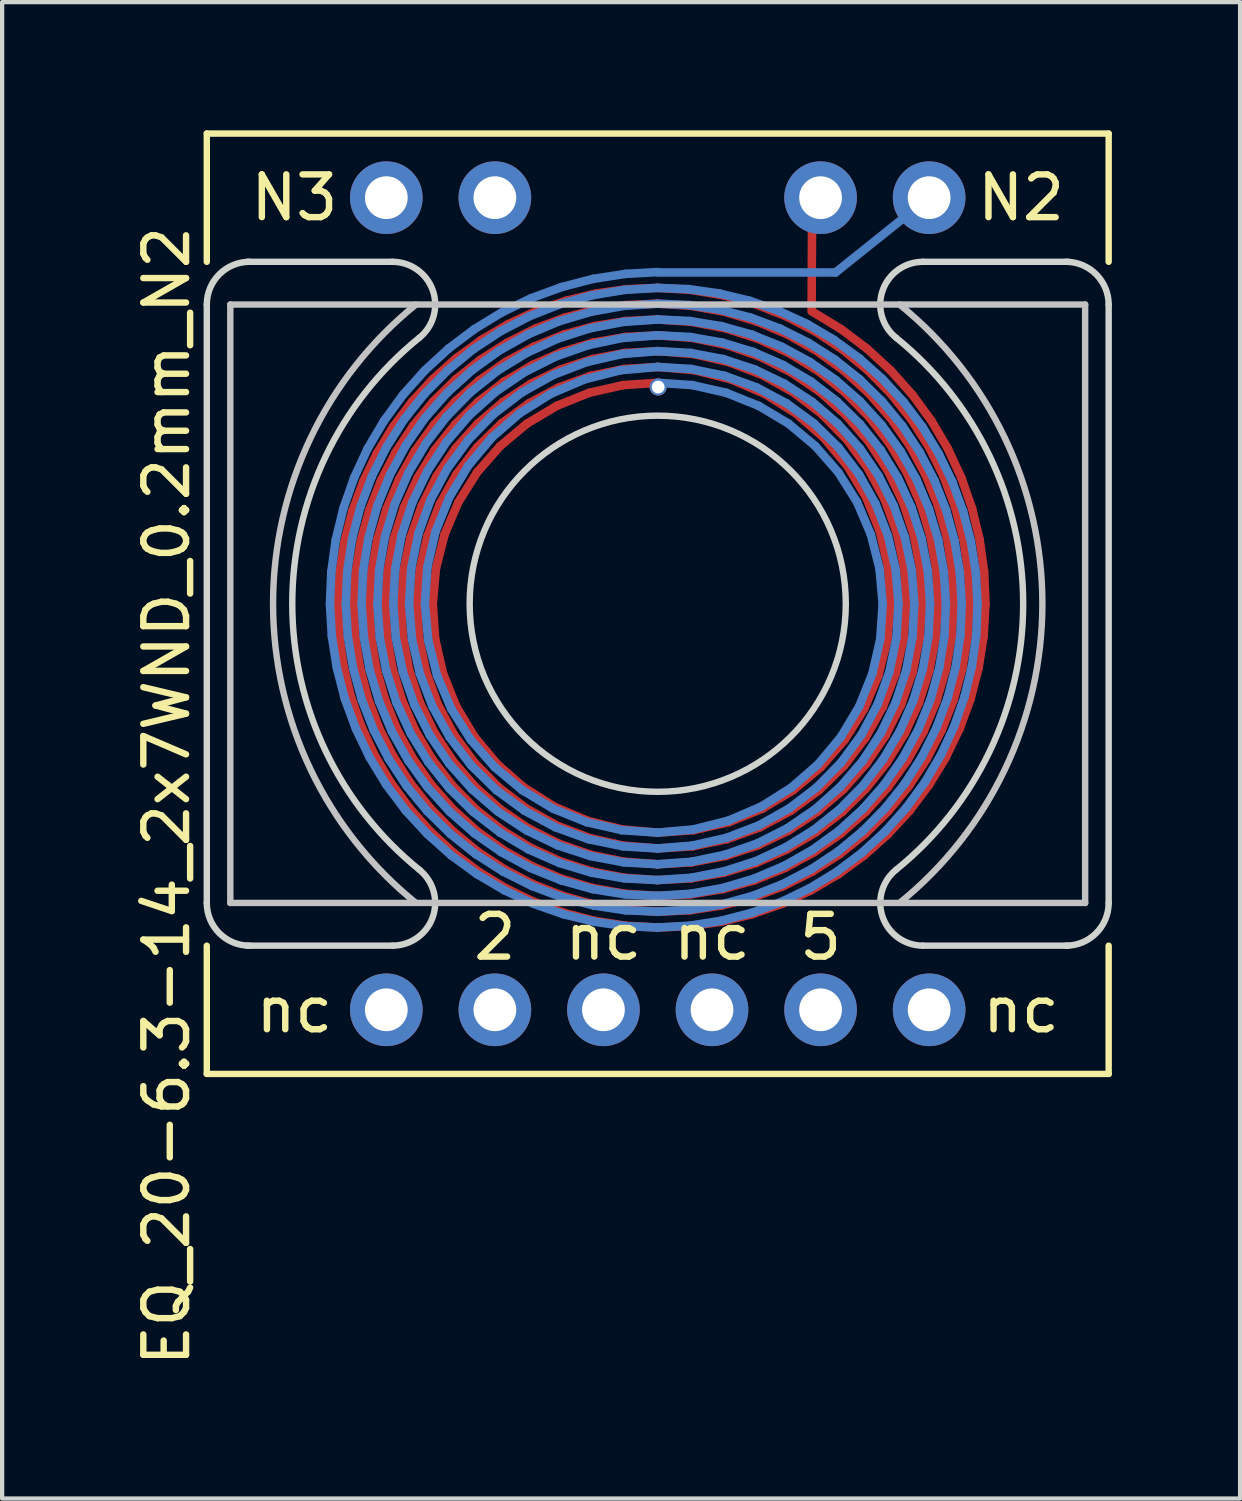
<source format=kicad_pcb>
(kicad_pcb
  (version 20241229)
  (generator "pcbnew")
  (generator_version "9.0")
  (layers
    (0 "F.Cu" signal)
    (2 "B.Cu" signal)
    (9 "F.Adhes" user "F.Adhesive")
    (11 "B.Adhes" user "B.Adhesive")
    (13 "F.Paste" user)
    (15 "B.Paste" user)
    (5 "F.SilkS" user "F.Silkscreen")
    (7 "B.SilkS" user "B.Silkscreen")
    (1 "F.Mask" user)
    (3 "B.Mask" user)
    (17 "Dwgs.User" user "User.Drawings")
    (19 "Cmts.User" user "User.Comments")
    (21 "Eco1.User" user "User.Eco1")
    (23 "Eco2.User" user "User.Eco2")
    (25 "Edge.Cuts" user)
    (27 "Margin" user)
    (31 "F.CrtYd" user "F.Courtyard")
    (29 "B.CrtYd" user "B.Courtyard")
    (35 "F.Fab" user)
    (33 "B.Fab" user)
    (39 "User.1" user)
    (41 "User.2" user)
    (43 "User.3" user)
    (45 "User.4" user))
  (footprint "EQ_20-6.3-14_2x7WND_0.2mm_N2"
    (layer "F.Cu")
    (at 12.338 11.075)
    (property "Reference" "EQ_20-6.3-14_2x7WND_0.2mm_N2" (at -11.49 4.5 90) (layer "F.SilkS") (effects (font (size 1 1) (thickness 0.15))))
    (attr through_hole)
    (fp_line (start -7.482 0) (end -7.452 0.734) (stroke (width 0.2) (type solid)) (layer "F.Cu"))
    (fp_line (start -7.452 0.734) (end -7.35 1.462) (stroke (width 0.2) (type solid)) (layer "F.Cu"))
    (fp_line (start -7.441 -0.733) (end -7.482 0) (stroke (width 0.2) (type solid)) (layer "F.Cu"))
    (fp_line (start -7.35 1.462) (end -7.177 2.177) (stroke (width 0.2) (type solid)) (layer "F.Cu"))
    (fp_line (start -7.327 -1.458) (end -7.441 -0.733) (stroke (width 0.2) (type solid)) (layer "F.Cu"))
    (fp_line (start -7.177 2.177) (end -6.934 2.872) (stroke (width 0.2) (type solid)) (layer "F.Cu"))
    (fp_line (start -7.144 -2.167) (end -7.327 -1.458) (stroke (width 0.2) (type solid)) (layer "F.Cu"))
    (fp_line (start -7.112 0) (end -7.08 0.744) (stroke (width 0.2) (type solid)) (layer "F.Cu"))
    (fp_line (start -7.08 0.744) (end -6.969 1.481) (stroke (width 0.2) (type solid)) (layer "F.Cu"))
    (fp_line (start -7.067 -0.743) (end -7.112 0) (stroke (width 0.2) (type solid)) (layer "F.Cu"))
    (fp_line (start -6.969 1.481) (end -6.782 2.204) (stroke (width 0.2) (type solid)) (layer "F.Cu"))
    (fp_line (start -6.945 -1.476) (end -7.067 -0.743) (stroke (width 0.2) (type solid)) (layer "F.Cu"))
    (fp_line (start -6.934 2.872) (end -6.624 3.541) (stroke (width 0.2) (type solid)) (layer "F.Cu"))
    (fp_line (start -6.892 -2.855) (end -7.144 -2.167) (stroke (width 0.2) (type solid)) (layer "F.Cu"))
    (fp_line (start -6.782 2.204) (end -6.52 2.903) (stroke (width 0.2) (type solid)) (layer "F.Cu"))
    (fp_line (start -6.747 -2.192) (end -6.945 -1.476) (stroke (width 0.2) (type solid)) (layer "F.Cu"))
    (fp_line (start -6.742 0) (end -6.707 0.756) (stroke (width 0.2) (type solid)) (layer "F.Cu"))
    (fp_line (start -6.707 0.756) (end -6.586 1.503) (stroke (width 0.2) (type solid)) (layer "F.Cu"))
    (fp_line (start -6.694 -0.754) (end -6.742 0) (stroke (width 0.2) (type solid)) (layer "F.Cu"))
    (fp_line (start -6.624 3.541) (end -6.25 4.176) (stroke (width 0.2) (type solid)) (layer "F.Cu"))
    (fp_line (start -6.586 1.503) (end -6.383 2.233) (stroke (width 0.2) (type solid)) (layer "F.Cu"))
    (fp_line (start -6.573 -3.514) (end -6.892 -2.855) (stroke (width 0.2) (type solid)) (layer "F.Cu"))
    (fp_line (start -6.561 -1.497) (end -6.694 -0.754) (stroke (width 0.2) (type solid)) (layer "F.Cu"))
    (fp_line (start -6.52 2.903) (end -6.186 3.572) (stroke (width 0.2) (type solid)) (layer "F.Cu"))
    (fp_line (start -6.475 -2.883) (end -6.747 -2.192) (stroke (width 0.2) (type solid)) (layer "F.Cu"))
    (fp_line (start -6.383 2.233) (end -6.099 2.937) (stroke (width 0.2) (type solid)) (layer "F.Cu"))
    (fp_line (start -6.372 0) (end -6.333 0.769) (stroke (width 0.2) (type solid)) (layer "F.Cu"))
    (fp_line (start -6.345 -2.22) (end -6.561 -1.497) (stroke (width 0.2) (type solid)) (layer "F.Cu"))
    (fp_line (start -6.333 0.769) (end -6.201 1.528) (stroke (width 0.2) (type solid)) (layer "F.Cu"))
    (fp_line (start -6.319 -0.767) (end -6.372 0) (stroke (width 0.2) (type solid)) (layer "F.Cu"))
    (fp_line (start -6.25 4.176) (end -5.815 4.773) (stroke (width 0.2) (type solid)) (layer "F.Cu"))
    (fp_line (start -6.201 1.528) (end -5.978 2.267) (stroke (width 0.2) (type solid)) (layer "F.Cu"))
    (fp_line (start -6.193 -4.138) (end -6.573 -3.514) (stroke (width 0.2) (type solid)) (layer "F.Cu"))
    (fp_line (start -6.186 3.572) (end -5.784 4.202) (stroke (width 0.2) (type solid)) (layer "F.Cu"))
    (fp_line (start -6.174 -1.522) (end -6.319 -0.767) (stroke (width 0.2) (type solid)) (layer "F.Cu"))
    (fp_line (start -6.133 -3.541) (end -6.475 -2.883) (stroke (width 0.2) (type solid)) (layer "F.Cu"))
    (fp_line (start -6.099 2.937) (end -5.737 3.605) (stroke (width 0.2) (type solid)) (layer "F.Cu"))
    (fp_line (start -6.051 -2.914) (end -6.345 -2.22) (stroke (width 0.2) (type solid)) (layer "F.Cu"))
    (fp_line (start -6.003 0) (end -5.959 0.784) (stroke (width 0.2) (type solid)) (layer "F.Cu"))
    (fp_line (start -5.978 2.267) (end -5.668 2.975) (stroke (width 0.2) (type solid)) (layer "F.Cu"))
    (fp_line (start -5.959 0.784) (end -5.813 1.558) (stroke (width 0.2) (type solid)) (layer "F.Cu"))
    (fp_line (start -5.944 -0.782) (end -6.003 0) (stroke (width 0.2) (type solid)) (layer "F.Cu"))
    (fp_line (start -5.938 -2.252) (end -6.174 -1.522) (stroke (width 0.2) (type solid)) (layer "F.Cu"))
    (fp_line (start -5.815 4.773) (end -5.324 5.324) (stroke (width 0.2) (type solid)) (layer "F.Cu"))
    (fp_line (start -5.813 1.558) (end -5.567 2.306) (stroke (width 0.2) (type solid)) (layer "F.Cu"))
    (fp_line (start -5.784 4.202) (end -5.318 4.788) (stroke (width 0.2) (type solid)) (layer "F.Cu"))
    (fp_line (start -5.783 -1.55) (end -5.944 -0.782) (stroke (width 0.2) (type solid)) (layer "F.Cu"))
    (fp_line (start -5.753 -4.721) (end -6.193 -4.138) (stroke (width 0.2) (type solid)) (layer "F.Cu"))
    (fp_line (start -5.737 3.605) (end -5.302 4.229) (stroke (width 0.2) (type solid)) (layer "F.Cu"))
    (fp_line (start -5.724 -4.159) (end -6.133 -3.541) (stroke (width 0.2) (type solid)) (layer "F.Cu"))
    (fp_line (start -5.681 -3.57) (end -6.051 -2.914) (stroke (width 0.2) (type solid)) (layer "F.Cu"))
    (fp_line (start -5.668 2.975) (end -5.274 3.64) (stroke (width 0.2) (type solid)) (layer "F.Cu"))
    (fp_line (start -5.633 0) (end -5.583 0.803) (stroke (width 0.2) (type solid)) (layer "F.Cu"))
    (fp_line (start -5.617 -2.948) (end -5.938 -2.252) (stroke (width 0.2) (type solid)) (layer "F.Cu"))
    (fp_line (start -5.583 0.803) (end -5.42 1.592) (stroke (width 0.2) (type solid)) (layer "F.Cu"))
    (fp_line (start -5.567 2.306) (end -5.225 3.017) (stroke (width 0.2) (type solid)) (layer "F.Cu"))
    (fp_line (start -5.567 -0.8) (end -5.633 0) (stroke (width 0.2) (type solid)) (layer "F.Cu"))
    (fp_line (start -5.524 -2.288) (end -5.783 -1.55) (stroke (width 0.2) (type solid)) (layer "F.Cu"))
    (fp_line (start -5.42 1.592) (end -5.146 2.35) (stroke (width 0.2) (type solid)) (layer "F.Cu"))
    (fp_line (start -5.388 -1.582) (end -5.567 -0.8) (stroke (width 0.2) (type solid)) (layer "F.Cu"))
    (fp_line (start -5.324 5.324) (end -4.78 5.824) (stroke (width 0.2) (type solid)) (layer "F.Cu"))
    (fp_line (start -5.318 4.788) (end -4.792 5.322) (stroke (width 0.2) (type solid)) (layer "F.Cu"))
    (fp_line (start -5.302 4.229) (end -4.8 4.8) (stroke (width 0.2) (type solid)) (layer "F.Cu"))
    (fp_line (start -5.274 3.64) (end -4.802 4.254) (stroke (width 0.2) (type solid)) (layer "F.Cu"))
    (fp_line (start -5.263 0) (end -5.207 0.825) (stroke (width 0.2) (type solid)) (layer "F.Cu"))
    (fp_line (start -5.258 -5.258) (end -5.753 -4.721) (stroke (width 0.2) (type solid)) (layer "F.Cu"))
    (fp_line (start -5.254 -4.73) (end -5.724 -4.159) (stroke (width 0.2) (type solid)) (layer "F.Cu"))
    (fp_line (start -5.241 -4.179) (end -5.681 -3.57) (stroke (width 0.2) (type solid)) (layer "F.Cu"))
    (fp_line (start -5.225 3.017) (end -4.793 3.678) (stroke (width 0.2) (type solid)) (layer "F.Cu"))
    (fp_line (start -5.215 -3.6) (end -5.617 -2.948) (stroke (width 0.2) (type solid)) (layer "F.Cu"))
    (fp_line (start -5.207 0.825) (end -5.023 1.632) (stroke (width 0.2) (type solid)) (layer "F.Cu"))
    (fp_line (start -5.189 -0.822) (end -5.263 0) (stroke (width 0.2) (type solid)) (layer "F.Cu"))
    (fp_line (start -5.172 -2.986) (end -5.524 -2.288) (stroke (width 0.2) (type solid)) (layer "F.Cu"))
    (fp_line (start -5.146 2.35) (end -4.767 3.063) (stroke (width 0.2) (type solid)) (layer "F.Cu"))
    (fp_line (start -5.101 -2.329) (end -5.388 -1.582) (stroke (width 0.2) (type solid)) (layer "F.Cu"))
    (fp_line (start -5.023 1.632) (end -4.714 2.402) (stroke (width 0.2) (type solid)) (layer "F.Cu"))
    (fp_line (start -4.987 -1.62) (end -5.189 -0.822) (stroke (width 0.2) (type solid)) (layer "F.Cu"))
    (fp_line (start -4.802 4.254) (end -4.259 4.807) (stroke (width 0.2) (type solid)) (layer "F.Cu"))
    (fp_line (start -4.8 4.8) (end -4.237 5.313) (stroke (width 0.2) (type solid)) (layer "F.Cu"))
    (fp_line (start -4.793 3.678) (end -4.277 4.277) (stroke (width 0.2) (type solid)) (layer "F.Cu"))
    (fp_line (start -4.792 5.322) (end -4.213 5.799) (stroke (width 0.2) (type solid)) (layer "F.Cu"))
    (fp_line (start -4.78 5.824) (end -4.189 6.27) (stroke (width 0.2) (type solid)) (layer "F.Cu"))
    (fp_line (start -4.767 3.063) (end -4.289 3.716) (stroke (width 0.2) (type solid)) (layer "F.Cu"))
    (fp_line (start -4.738 -4.197) (end -5.215 -3.6) (stroke (width 0.2) (type solid)) (layer "F.Cu"))
    (fp_line (start -4.735 -4.735) (end -5.241 -4.179) (stroke (width 0.2) (type solid)) (layer "F.Cu"))
    (fp_line (start -4.732 -3.631) (end -5.172 -2.986) (stroke (width 0.2) (type solid)) (layer "F.Cu"))
    (fp_line (start -4.726 -5.249) (end -5.254 -4.73) (stroke (width 0.2) (type solid)) (layer "F.Cu"))
    (fp_line (start -4.714 -5.744) (end -5.258 -5.258) (stroke (width 0.2) (type solid)) (layer "F.Cu"))
    (fp_line (start -4.714 2.402) (end -4.287 3.115) (stroke (width 0.2) (type solid)) (layer "F.Cu"))
    (fp_line (start -4.71 -3.027) (end -5.101 -2.329) (stroke (width 0.2) (type solid)) (layer "F.Cu"))
    (fp_line (start -4.664 -2.377) (end -4.987 -1.62) (stroke (width 0.2) (type solid)) (layer "F.Cu"))
    (fp_line (start -4.289 3.716) (end -3.722 4.295) (stroke (width 0.2) (type solid)) (layer "F.Cu"))
    (fp_line (start -4.287 3.115) (end -3.754 3.754) (stroke (width 0.2) (type solid)) (layer "F.Cu"))
    (fp_line (start -4.277 4.277) (end -3.687 4.805) (stroke (width 0.2) (type solid)) (layer "F.Cu"))
    (fp_line (start -4.259 4.807) (end -3.652 5.291) (stroke (width 0.2) (type solid)) (layer "F.Cu"))
    (fp_line (start -4.237 5.313) (end -3.619 5.759) (stroke (width 0.2) (type solid)) (layer "F.Cu"))
    (fp_line (start -4.228 -3.071) (end -4.664 -2.377) (stroke (width 0.2) (type solid)) (layer "F.Cu"))
    (fp_line (start -4.225 -3.661) (end -4.71 -3.027) (stroke (width 0.2) (type solid)) (layer "F.Cu"))
    (fp_line (start -4.213 5.799) (end -3.587 6.213) (stroke (width 0.2) (type solid)) (layer "F.Cu"))
    (fp_line (start -4.212 -4.212) (end -4.732 -3.631) (stroke (width 0.2) (type solid)) (layer "F.Cu"))
    (fp_line (start -4.193 -4.733) (end -4.738 -4.197) (stroke (width 0.2) (type solid)) (layer "F.Cu"))
    (fp_line (start -4.189 6.27) (end -3.557 6.655) (stroke (width 0.2) (type solid)) (layer "F.Cu"))
    (fp_line (start -4.171 -5.23) (end -4.735 -4.735) (stroke (width 0.2) (type solid)) (layer "F.Cu"))
    (fp_line (start -4.148 -5.709) (end -4.726 -5.249) (stroke (width 0.2) (type solid)) (layer "F.Cu"))
    (fp_line (start -4.125 -6.173) (end -4.714 -5.744) (stroke (width 0.2) (type solid)) (layer "F.Cu"))
    (fp_line (start -3.754 3.754) (end -3.126 4.302) (stroke (width 0.2) (type solid)) (layer "F.Cu"))
    (fp_line (start -3.722 4.295) (end -3.077 4.788) (stroke (width 0.2) (type solid)) (layer "F.Cu"))
    (fp_line (start -3.688 -3.688) (end -4.228 -3.071) (stroke (width 0.2) (type solid)) (layer "F.Cu"))
    (fp_line (start -3.687 4.805) (end -3.032 5.252) (stroke (width 0.2) (type solid)) (layer "F.Cu"))
    (fp_line (start -3.655 -4.219) (end -4.225 -3.661) (stroke (width 0.2) (type solid)) (layer "F.Cu"))
    (fp_line (start -3.652 5.291) (end -2.991 5.699) (stroke (width 0.2) (type solid)) (layer "F.Cu"))
    (fp_line (start -3.621 -4.719) (end -4.212 -4.212) (stroke (width 0.2) (type solid)) (layer "F.Cu"))
    (fp_line (start -3.619 5.759) (end -2.954 6.134) (stroke (width 0.2) (type solid)) (layer "F.Cu"))
    (fp_line (start -3.588 -5.198) (end -4.193 -4.733) (stroke (width 0.2) (type solid)) (layer "F.Cu"))
    (fp_line (start -3.587 6.213) (end -2.921 6.56) (stroke (width 0.2) (type solid)) (layer "F.Cu"))
    (fp_line (start -3.557 6.655) (end -2.89 6.977) (stroke (width 0.2) (type solid)) (layer "F.Cu"))
    (fp_line (start -3.556 -5.659) (end -4.171 -5.23) (stroke (width 0.2) (type solid)) (layer "F.Cu"))
    (fp_line (start -3.525 -6.106) (end -4.148 -5.709) (stroke (width 0.2) (type solid)) (layer "F.Cu"))
    (fp_line (start -3.497 -6.543) (end -4.125 -6.173) (stroke (width 0.2) (type solid)) (layer "F.Cu"))
    (fp_line (start -3.126 4.302) (end -2.419 4.747) (stroke (width 0.2) (type solid)) (layer "F.Cu"))
    (fp_line (start -3.077 4.788) (end -2.368 5.185) (stroke (width 0.2) (type solid)) (layer "F.Cu"))
    (fp_line (start -3.061 -4.213) (end -3.688 -3.688) (stroke (width 0.2) (type solid)) (layer "F.Cu"))
    (fp_line (start -3.032 5.252) (end -2.324 5.61) (stroke (width 0.2) (type solid)) (layer "F.Cu"))
    (fp_line (start -3.013 -4.689) (end -3.655 -4.219) (stroke (width 0.2) (type solid)) (layer "F.Cu"))
    (fp_line (start -2.991 5.699) (end -2.285 6.025) (stroke (width 0.2) (type solid)) (layer "F.Cu"))
    (fp_line (start -2.97 -5.145) (end -3.621 -4.719) (stroke (width 0.2) (type solid)) (layer "F.Cu"))
    (fp_line (start -2.954 6.134) (end -2.251 6.433) (stroke (width 0.2) (type solid)) (layer "F.Cu"))
    (fp_line (start -2.932 -5.586) (end -3.588 -5.198) (stroke (width 0.2) (type solid)) (layer "F.Cu"))
    (fp_line (start -2.921 6.56) (end -2.221 6.835) (stroke (width 0.2) (type solid)) (layer "F.Cu"))
    (fp_line (start -2.897 -6.015) (end -3.556 -5.659) (stroke (width 0.2) (type solid)) (layer "F.Cu"))
    (fp_line (start -2.89 6.977) (end -2.194 7.232) (stroke (width 0.2) (type solid)) (layer "F.Cu"))
    (fp_line (start -2.865 -6.436) (end -3.525 -6.106) (stroke (width 0.2) (type solid)) (layer "F.Cu"))
    (fp_line (start -2.837 -6.849) (end -3.497 -6.543) (stroke (width 0.2) (type solid)) (layer "F.Cu"))
    (fp_line (start -2.419 4.747) (end -1.649 5.075) (stroke (width 0.2) (type solid)) (layer "F.Cu"))
    (fp_line (start -2.368 5.185) (end -1.608 5.477) (stroke (width 0.2) (type solid)) (layer "F.Cu"))
    (fp_line (start -2.36 -4.631) (end -3.061 -4.213) (stroke (width 0.2) (type solid)) (layer "F.Cu"))
    (fp_line (start -2.324 5.61) (end -1.574 5.872) (stroke (width 0.2) (type solid)) (layer "F.Cu"))
    (fp_line (start -2.312 -5.062) (end -3.013 -4.689) (stroke (width 0.2) (type solid)) (layer "F.Cu"))
    (fp_line (start -2.285 6.025) (end -1.544 6.263) (stroke (width 0.2) (type solid)) (layer "F.Cu"))
    (fp_line (start -2.271 -5.481) (end -2.97 -5.145) (stroke (width 0.2) (type solid)) (layer "F.Cu"))
    (fp_line (start -2.251 6.433) (end -1.518 6.651) (stroke (width 0.2) (type solid)) (layer "F.Cu"))
    (fp_line (start -2.234 -5.892) (end -2.932 -5.586) (stroke (width 0.2) (type solid)) (layer "F.Cu"))
    (fp_line (start -2.221 6.835) (end -1.495 7.035) (stroke (width 0.2) (type solid)) (layer "F.Cu"))
    (fp_line (start -2.203 -6.296) (end -2.897 -6.015) (stroke (width 0.2) (type solid)) (layer "F.Cu"))
    (fp_line (start -2.194 7.232) (end -1.476 7.418) (stroke (width 0.2) (type solid)) (layer "F.Cu"))
    (fp_line (start -2.175 -6.694) (end -2.865 -6.436) (stroke (width 0.2) (type solid)) (layer "F.Cu"))
    (fp_line (start -2.15 -7.088) (end -2.837 -6.849) (stroke (width 0.2) (type solid)) (layer "F.Cu"))
    (fp_line (start -1.649 5.075) (end -0.836 5.28) (stroke (width 0.2) (type solid)) (layer "F.Cu"))
    (fp_line (start -1.608 5.477) (end -0.814 5.658) (stroke (width 0.2) (type solid)) (layer "F.Cu"))
    (fp_line (start -1.603 -4.935) (end -2.36 -4.631) (stroke (width 0.2) (type solid)) (layer "F.Cu"))
    (fp_line (start -1.574 5.872) (end -0.795 6.035) (stroke (width 0.2) (type solid)) (layer "F.Cu"))
    (fp_line (start -1.566 -5.332) (end -2.312 -5.062) (stroke (width 0.2) (type solid)) (layer "F.Cu"))
    (fp_line (start -1.544 6.263) (end -0.778 6.411) (stroke (width 0.2) (type solid)) (layer "F.Cu"))
    (fp_line (start -1.534 -5.724) (end -2.271 -5.481) (stroke (width 0.2) (type solid)) (layer "F.Cu"))
    (fp_line (start -1.518 6.651) (end -0.765 6.785) (stroke (width 0.2) (type solid)) (layer "F.Cu"))
    (fp_line (start -1.506 -6.111) (end -2.234 -5.892) (stroke (width 0.2) (type solid)) (layer "F.Cu"))
    (fp_line (start -1.495 7.035) (end -0.752 7.159) (stroke (width 0.2) (type solid)) (layer "F.Cu"))
    (fp_line (start -1.483 -6.496) (end -2.203 -6.296) (stroke (width 0.2) (type solid)) (layer "F.Cu"))
    (fp_line (start -1.476 7.418) (end -0.742 7.533) (stroke (width 0.2) (type solid)) (layer "F.Cu"))
    (fp_line (start -1.462 -6.879) (end -2.175 -6.694) (stroke (width 0.2) (type solid)) (layer "F.Cu"))
    (fp_line (start -1.444 -7.259) (end -2.15 -7.088) (stroke (width 0.2) (type solid)) (layer "F.Cu"))
    (fp_line (start -0.836 5.28) (end 0 5.355) (stroke (width 0.2) (type solid)) (layer "F.Cu"))
    (fp_line (start -0.814 5.658) (end 0 5.725) (stroke (width 0.2) (type solid)) (layer "F.Cu"))
    (fp_line (start -0.81 -5.115) (end -1.603 -4.935) (stroke (width 0.2) (type solid)) (layer "F.Cu"))
    (fp_line (start -0.795 6.035) (end 0 6.095) (stroke (width 0.2) (type solid)) (layer "F.Cu"))
    (fp_line (start -0.79 -5.492) (end -1.566 -5.332) (stroke (width 0.2) (type solid)) (layer "F.Cu"))
    (fp_line (start -0.778 6.411) (end 0 6.465) (stroke (width 0.2) (type solid)) (layer "F.Cu"))
    (fp_line (start -0.772 -5.867) (end -1.534 -5.724) (stroke (width 0.2) (type solid)) (layer "F.Cu"))
    (fp_line (start -0.765 6.785) (end 0 6.835) (stroke (width 0.2) (type solid)) (layer "F.Cu"))
    (fp_line (start -0.758 -6.241) (end -1.506 -6.111) (stroke (width 0.2) (type solid)) (layer "F.Cu"))
    (fp_line (start -0.752 7.159) (end 0 7.205) (stroke (width 0.2) (type solid)) (layer "F.Cu"))
    (fp_line (start -0.745 -6.615) (end -1.483 -6.496) (stroke (width 0.2) (type solid)) (layer "F.Cu"))
    (fp_line (start -0.742 7.533) (end 0 7.575) (stroke (width 0.2) (type solid)) (layer "F.Cu"))
    (fp_line (start -0.734 -6.988) (end -1.462 -6.879) (stroke (width 0.2) (type solid)) (layer "F.Cu"))
    (fp_line (start -0.725 -7.36) (end -1.444 -7.259) (stroke (width 0.2) (type solid)) (layer "F.Cu"))
    (fp_line (start 0 -7.39) (end -0.725 -7.36) (stroke (width 0.2) (type solid)) (layer "F.Cu"))
    (fp_line (start 0 -7.02) (end -0.734 -6.988) (stroke (width 0.2) (type solid)) (layer "F.Cu"))
    (fp_line (start 0 -6.65) (end -0.745 -6.615) (stroke (width 0.2) (type solid)) (layer "F.Cu"))
    (fp_line (start 0 -6.28) (end -0.758 -6.241) (stroke (width 0.2) (type solid)) (layer "F.Cu"))
    (fp_line (start 0 -5.91) (end -0.772 -5.867) (stroke (width 0.2) (type solid)) (layer "F.Cu"))
    (fp_line (start 0 -5.54) (end -0.79 -5.492) (stroke (width 0.2) (type solid)) (layer "F.Cu"))
    (fp_line (start 0 -5.17) (end -0.81 -5.115) (stroke (width 0.2) (type solid)) (layer "F.Cu"))
    (fp_line (start 0 5.355) (end 0.839 5.298) (stroke (width 0.2) (type solid)) (layer "F.Cu"))
    (fp_line (start 0 5.725) (end 0.816 5.675) (stroke (width 0.2) (type solid)) (layer "F.Cu"))
    (fp_line (start 0 6.095) (end 0.797 6.05) (stroke (width 0.2) (type solid)) (layer "F.Cu"))
    (fp_line (start 0 6.465) (end 0.78 6.425) (stroke (width 0.2) (type solid)) (layer "F.Cu"))
    (fp_line (start 0 6.835) (end 0.766 6.799) (stroke (width 0.2) (type solid)) (layer "F.Cu"))
    (fp_line (start 0 7.205) (end 0.754 7.172) (stroke (width 0.2) (type solid)) (layer "F.Cu"))
    (fp_line (start 0 7.575) (end 0.743 7.544) (stroke (width 0.2) (type solid)) (layer "F.Cu"))
    (fp_line (start 0.743 7.544) (end 1.48 7.441) (stroke (width 0.2) (type solid)) (layer "F.Cu"))
    (fp_line (start 0.754 7.172) (end 1.501 7.06) (stroke (width 0.2) (type solid)) (layer "F.Cu"))
    (fp_line (start 0.766 6.799) (end 1.524 6.677) (stroke (width 0.2) (type solid)) (layer "F.Cu"))
    (fp_line (start 0.772 -7.343) (end 0 -7.39) (stroke (width 0.2) (type solid)) (layer "F.Cu"))
    (fp_line (start 0.78 6.425) (end 1.551 6.291) (stroke (width 0.2) (type solid)) (layer "F.Cu"))
    (fp_line (start 0.785 -6.969) (end 0 -7.02) (stroke (width 0.2) (type solid)) (layer "F.Cu"))
    (fp_line (start 0.797 6.05) (end 1.581 5.902) (stroke (width 0.2) (type solid)) (layer "F.Cu"))
    (fp_line (start 0.801 -6.594) (end 0 -6.65) (stroke (width 0.2) (type solid)) (layer "F.Cu"))
    (fp_line (start 0.816 5.675) (end 1.618 5.509) (stroke (width 0.2) (type solid)) (layer "F.Cu"))
    (fp_line (start 0.819 -6.219) (end 0 -6.28) (stroke (width 0.2) (type solid)) (layer "F.Cu"))
    (fp_line (start 0.839 5.298) (end 1.661 5.111) (stroke (width 0.2) (type solid)) (layer "F.Cu"))
    (fp_line (start 0.84 -5.842) (end 0 -5.91) (stroke (width 0.2) (type solid)) (layer "F.Cu"))
    (fp_line (start 0.865 -5.463) (end 0 -5.54) (stroke (width 0.2) (type solid)) (layer "F.Cu"))
    (fp_line (start 1.48 7.441) (end 2.204 7.265) (stroke (width 0.2) (type solid)) (layer "F.Cu"))
    (fp_line (start 1.501 7.06) (end 2.232 6.87) (stroke (width 0.2) (type solid)) (layer "F.Cu"))
    (fp_line (start 1.524 6.677) (end 2.264 6.47) (stroke (width 0.2) (type solid)) (layer "F.Cu"))
    (fp_line (start 1.534 -7.216) (end 0.772 -7.343) (stroke (width 0.2) (type solid)) (layer "F.Cu"))
    (fp_line (start 1.551 6.291) (end 2.3 6.065) (stroke (width 0.2) (type solid)) (layer "F.Cu"))
    (fp_line (start 1.559 -6.831) (end 0.785 -6.969) (stroke (width 0.2) (type solid)) (layer "F.Cu"))
    (fp_line (start 1.581 5.902) (end 2.341 5.652) (stroke (width 0.2) (type solid)) (layer "F.Cu"))
    (fp_line (start 1.588 -6.443) (end 0.801 -6.594) (stroke (width 0.2) (type solid)) (layer "F.Cu"))
    (fp_line (start 1.618 5.509) (end 2.389 5.231) (stroke (width 0.2) (type solid)) (layer "F.Cu"))
    (fp_line (start 1.621 -6.051) (end 0.819 -6.219) (stroke (width 0.2) (type solid)) (layer "F.Cu"))
    (fp_line (start 1.66 -5.654) (end 0.84 -5.842) (stroke (width 0.2) (type solid)) (layer "F.Cu"))
    (fp_line (start 1.661 5.111) (end 2.444 4.796) (stroke (width 0.2) (type solid)) (layer "F.Cu"))
    (fp_line (start 1.706 -5.251) (end 0.865 -5.463) (stroke (width 0.2) (type solid)) (layer "F.Cu"))
    (fp_line (start 2.204 7.265) (end 2.908 7.02) (stroke (width 0.2) (type solid)) (layer "F.Cu"))
    (fp_line (start 2.232 6.87) (end 2.941 6.605) (stroke (width 0.2) (type solid)) (layer "F.Cu"))
    (fp_line (start 2.264 6.47) (end 2.977 6.182) (stroke (width 0.2) (type solid)) (layer "F.Cu"))
    (fp_line (start 2.278 -7.011) (end 1.534 -7.216) (stroke (width 0.2) (type solid)) (layer "F.Cu"))
    (fp_line (start 2.3 6.065) (end 3.018 5.75) (stroke (width 0.2) (type solid)) (layer "F.Cu"))
    (fp_line (start 2.312 -6.607) (end 1.559 -6.831) (stroke (width 0.2) (type solid)) (layer "F.Cu"))
    (fp_line (start 2.341 5.652) (end 3.063 5.305) (stroke (width 0.2) (type solid)) (layer "F.Cu"))
    (fp_line (start 2.351 -6.198) (end 1.588 -6.443) (stroke (width 0.2) (type solid)) (layer "F.Cu"))
    (fp_line (start 2.389 5.231) (end 3.113 4.844) (stroke (width 0.2) (type solid)) (layer "F.Cu"))
    (fp_line (start 2.394 -5.781) (end 1.621 -6.051) (stroke (width 0.2) (type solid)) (layer "F.Cu"))
    (fp_line (start 2.444 4.796) (end 3.169 4.362) (stroke (width 0.2) (type solid)) (layer "F.Cu"))
    (fp_line (start 2.445 -5.353) (end 1.66 -5.654) (stroke (width 0.2) (type solid)) (layer "F.Cu"))
    (fp_line (start 2.503 -4.911) (end 1.706 -5.251) (stroke (width 0.2) (type solid)) (layer "F.Cu"))
    (fp_line (start 2.908 7.02) (end 3.584 6.706) (stroke (width 0.2) (type solid)) (layer "F.Cu"))
    (fp_line (start 2.941 6.605) (end 3.618 6.266) (stroke (width 0.2) (type solid)) (layer "F.Cu"))
    (fp_line (start 2.977 6.182) (end 3.654 5.815) (stroke (width 0.2) (type solid)) (layer "F.Cu"))
    (fp_line (start 2.996 -6.729) (end 2.278 -7.011) (stroke (width 0.2) (type solid)) (layer "F.Cu"))
    (fp_line (start 3.018 5.75) (end 3.693 5.35) (stroke (width 0.2) (type solid)) (layer "F.Cu"))
    (fp_line (start 3.034 -6.301) (end 2.312 -6.607) (stroke (width 0.2) (type solid)) (layer "F.Cu"))
    (fp_line (start 3.063 5.305) (end 3.734 4.866) (stroke (width 0.2) (type solid)) (layer "F.Cu"))
    (fp_line (start 3.077 -5.863) (end 2.351 -6.198) (stroke (width 0.2) (type solid)) (layer "F.Cu"))
    (fp_line (start 3.113 4.844) (end 3.777 4.358) (stroke (width 0.2) (type solid)) (layer "F.Cu"))
    (fp_line (start 3.125 -5.412) (end 2.394 -5.781) (stroke (width 0.2) (type solid)) (layer "F.Cu"))
    (fp_line (start 3.169 4.362) (end 3.819 3.819) (stroke (width 0.2) (type solid)) (layer "F.Cu"))
    (fp_line (start 3.177 -4.944) (end 2.445 -5.353) (stroke (width 0.2) (type solid)) (layer "F.Cu"))
    (fp_line (start 3.235 -4.452) (end 2.503 -4.911) (stroke (width 0.2) (type solid)) (layer "F.Cu"))
    (fp_line (start 3.584 6.706) (end 4.228 6.327) (stroke (width 0.2) (type solid)) (layer "F.Cu"))
    (fp_line (start 3.6 -6.84) (end 3.61 -8.82) (stroke (width 0.2) (type solid)) (layer "F.Cu"))
    (fp_line (start 3.618 6.266) (end 4.257 5.859) (stroke (width 0.2) (type solid)) (layer "F.Cu"))
    (fp_line (start 3.654 5.815) (end 4.286 5.375) (stroke (width 0.2) (type solid)) (layer "F.Cu"))
    (fp_line (start 3.68 -6.373) (end 2.996 -6.729) (stroke (width 0.2) (type solid)) (layer "F.Cu"))
    (fp_line (start 3.693 5.35) (end 4.315 4.871) (stroke (width 0.2) (type solid)) (layer "F.Cu"))
    (fp_line (start 3.717 -5.916) (end 3.034 -6.301) (stroke (width 0.2) (type solid)) (layer "F.Cu"))
    (fp_line (start 3.734 4.866) (end 4.343 4.343) (stroke (width 0.2) (type solid)) (layer "F.Cu"))
    (fp_line (start 3.757 -5.444) (end 3.077 -5.863) (stroke (width 0.2) (type solid)) (layer "F.Cu"))
    (fp_line (start 3.777 4.358) (end 4.365 3.782) (stroke (width 0.2) (type solid)) (layer "F.Cu"))
    (fp_line (start 3.8 -4.952) (end 3.125 -5.412) (stroke (width 0.2) (type solid)) (layer "F.Cu"))
    (fp_line (start 3.819 3.819) (end 4.377 3.18) (stroke (width 0.2) (type solid)) (layer "F.Cu"))
    (fp_line (start 3.843 -4.435) (end 3.177 -4.944) (stroke (width 0.2) (type solid)) (layer "F.Cu"))
    (fp_line (start 3.885 -3.885) (end 3.235 -4.452) (stroke (width 0.2) (type solid)) (layer "F.Cu"))
    (fp_line (start 4.228 6.327) (end 4.831 5.887) (stroke (width 0.2) (type solid)) (layer "F.Cu"))
    (fp_line (start 4.257 5.859) (end 4.85 5.386) (stroke (width 0.2) (type solid)) (layer "F.Cu"))
    (fp_line (start 4.286 5.375) (end 4.866 4.866) (stroke (width 0.2) (type solid)) (layer "F.Cu"))
    (fp_line (start 4.292 -6.423) (end 3.644 -6.818) (stroke (width 0.2) (type solid)) (layer "F.Cu"))
    (fp_line (start 4.315 4.871) (end 4.876 4.32) (stroke (width 0.2) (type solid)) (layer "F.Cu"))
    (fp_line (start 4.322 -5.949) (end 3.68 -6.373) (stroke (width 0.2) (type solid)) (layer "F.Cu"))
    (fp_line (start 4.343 4.343) (end 4.878 3.743) (stroke (width 0.2) (type solid)) (layer "F.Cu"))
    (fp_line (start 4.352 -5.457) (end 3.717 -5.916) (stroke (width 0.2) (type solid)) (layer "F.Cu"))
    (fp_line (start 4.365 3.782) (end 4.866 3.127) (stroke (width 0.2) (type solid)) (layer "F.Cu"))
    (fp_line (start 4.377 3.18) (end 4.829 2.461) (stroke (width 0.2) (type solid)) (layer "F.Cu"))
    (fp_line (start 4.381 -4.946) (end 3.757 -5.444) (stroke (width 0.2) (type solid)) (layer "F.Cu"))
    (fp_line (start 4.408 -4.408) (end 3.8 -4.952) (stroke (width 0.2) (type solid)) (layer "F.Cu"))
    (fp_line (start 4.428 -3.837) (end 3.843 -4.435) (stroke (width 0.2) (type solid)) (layer "F.Cu"))
    (fp_line (start 4.437 -3.224) (end 3.885 -3.885) (stroke (width 0.2) (type solid)) (layer "F.Cu"))
    (fp_line (start 4.829 2.461) (end 5.163 1.678) (stroke (width 0.2) (type solid)) (layer "F.Cu"))
    (fp_line (start 4.831 5.887) (end 5.389 5.389) (stroke (width 0.2) (type solid)) (layer "F.Cu"))
    (fp_line (start 4.85 5.386) (end 5.391 4.854) (stroke (width 0.2) (type solid)) (layer "F.Cu"))
    (fp_line (start 4.866 3.127) (end 5.269 2.406) (stroke (width 0.2) (type solid)) (layer "F.Cu"))
    (fp_line (start 4.866 4.866) (end 5.385 4.295) (stroke (width 0.2) (type solid)) (layer "F.Cu"))
    (fp_line (start 4.876 4.32) (end 5.367 3.705) (stroke (width 0.2) (type solid)) (layer "F.Cu"))
    (fp_line (start 4.878 3.743) (end 5.332 3.078) (stroke (width 0.2) (type solid)) (layer "F.Cu"))
    (fp_line (start 4.878 -2.486) (end 4.437 -3.224) (stroke (width 0.2) (type solid)) (layer "F.Cu"))
    (fp_line (start 4.897 -5.967) (end 4.292 -6.423) (stroke (width 0.2) (type solid)) (layer "F.Cu"))
    (fp_line (start 4.916 -5.46) (end 4.322 -5.949) (stroke (width 0.2) (type solid)) (layer "F.Cu"))
    (fp_line (start 4.922 -3.163) (end 4.428 -3.837) (stroke (width 0.2) (type solid)) (layer "F.Cu"))
    (fp_line (start 4.931 -4.931) (end 4.352 -5.457) (stroke (width 0.2) (type solid)) (layer "F.Cu"))
    (fp_line (start 4.939 -3.79) (end 4.408 -4.408) (stroke (width 0.2) (type solid)) (layer "F.Cu"))
    (fp_line (start 4.94 -4.377) (end 4.381 -4.946) (stroke (width 0.2) (type solid)) (layer "F.Cu"))
    (fp_line (start 5.163 1.678) (end 5.371 0.851) (stroke (width 0.2) (type solid)) (layer "F.Cu"))
    (fp_line (start 5.198 -1.689) (end 4.878 -2.486) (stroke (width 0.2) (type solid)) (layer "F.Cu"))
    (fp_line (start 5.269 2.406) (end 5.566 1.634) (stroke (width 0.2) (type solid)) (layer "F.Cu"))
    (fp_line (start 5.315 -2.427) (end 4.922 -3.163) (stroke (width 0.2) (type solid)) (layer "F.Cu"))
    (fp_line (start 5.332 3.078) (end 5.695 2.359) (stroke (width 0.2) (type solid)) (layer "F.Cu"))
    (fp_line (start 5.367 3.705) (end 5.781 3.034) (stroke (width 0.2) (type solid)) (layer "F.Cu"))
    (fp_line (start 5.371 0.851) (end 5.447 0) (stroke (width 0.2) (type solid)) (layer "F.Cu"))
    (fp_line (start 5.385 4.295) (end 5.838 3.668) (stroke (width 0.2) (type solid)) (layer "F.Cu"))
    (fp_line (start 5.385 -3.109) (end 4.939 -3.79) (stroke (width 0.2) (type solid)) (layer "F.Cu"))
    (fp_line (start 5.389 5.389) (end 5.896 4.839) (stroke (width 0.2) (type solid)) (layer "F.Cu"))
    (fp_line (start 5.39 -0.854) (end 5.198 -1.689) (stroke (width 0.2) (type solid)) (layer "F.Cu"))
    (fp_line (start 5.391 4.854) (end 5.874 4.268) (stroke (width 0.2) (type solid)) (layer "F.Cu"))
    (fp_line (start 5.426 -3.745) (end 4.94 -4.377) (stroke (width 0.2) (type solid)) (layer "F.Cu"))
    (fp_line (start 5.447 -4.344) (end 4.931 -4.931) (stroke (width 0.2) (type solid)) (layer "F.Cu"))
    (fp_line (start 5.447 0) (end 5.39 -0.854) (stroke (width 0.2) (type solid)) (layer "F.Cu"))
    (fp_line (start 5.454 -5.454) (end 4.897 -5.967) (stroke (width 0.2) (type solid)) (layer "F.Cu"))
    (fp_line (start 5.455 -4.912) (end 4.916 -5.46) (stroke (width 0.2) (type solid)) (layer "F.Cu"))
    (fp_line (start 5.566 1.634) (end 5.75 0.827) (stroke (width 0.2) (type solid)) (layer "F.Cu"))
    (fp_line (start 5.598 -1.644) (end 5.315 -2.427) (stroke (width 0.2) (type solid)) (layer "F.Cu"))
    (fp_line (start 5.695 2.359) (end 5.962 1.597) (stroke (width 0.2) (type solid)) (layer "F.Cu"))
    (fp_line (start 5.738 -2.377) (end 5.385 -3.109) (stroke (width 0.2) (type solid)) (layer "F.Cu"))
    (fp_line (start 5.75 0.827) (end 5.817 0) (stroke (width 0.2) (type solid)) (layer "F.Cu"))
    (fp_line (start 5.767 -0.829) (end 5.598 -1.644) (stroke (width 0.2) (type solid)) (layer "F.Cu"))
    (fp_line (start 5.781 3.034) (end 6.111 2.318) (stroke (width 0.2) (type solid)) (layer "F.Cu"))
    (fp_line (start 5.817 0) (end 5.767 -0.829) (stroke (width 0.2) (type solid)) (layer "F.Cu"))
    (fp_line (start 5.832 -3.061) (end 5.426 -3.745) (stroke (width 0.2) (type solid)) (layer "F.Cu"))
    (fp_line (start 5.838 3.668) (end 6.218 2.994) (stroke (width 0.2) (type solid)) (layer "F.Cu"))
    (fp_line (start 5.874 4.268) (end 6.293 3.633) (stroke (width 0.2) (type solid)) (layer "F.Cu"))
    (fp_line (start 5.894 -3.703) (end 5.447 -4.344) (stroke (width 0.2) (type solid)) (layer "F.Cu"))
    (fp_line (start 5.896 4.839) (end 6.346 4.241) (stroke (width 0.2) (type solid)) (layer "F.Cu"))
    (fp_line (start 5.934 -4.311) (end 5.455 -4.912) (stroke (width 0.2) (type solid)) (layer "F.Cu"))
    (fp_line (start 5.958 -4.89) (end 5.454 -5.454) (stroke (width 0.2) (type solid)) (layer "F.Cu"))
    (fp_line (start 5.962 1.597) (end 6.127 0.807) (stroke (width 0.2) (type solid)) (layer "F.Cu"))
    (fp_line (start 5.992 -1.605) (end 5.738 -2.377) (stroke (width 0.2) (type solid)) (layer "F.Cu"))
    (fp_line (start 6.111 2.318) (end 6.353 1.566) (stroke (width 0.2) (type solid)) (layer "F.Cu"))
    (fp_line (start 6.127 0.807) (end 6.188 0) (stroke (width 0.2) (type solid)) (layer "F.Cu"))
    (fp_line (start 6.142 -0.809) (end 5.992 -1.605) (stroke (width 0.2) (type solid)) (layer "F.Cu"))
    (fp_line (start 6.151 -2.333) (end 5.832 -3.061) (stroke (width 0.2) (type solid)) (layer "F.Cu"))
    (fp_line (start 6.188 0) (end 6.142 -0.809) (stroke (width 0.2) (type solid)) (layer "F.Cu"))
    (fp_line (start 6.218 2.994) (end 6.52 2.281) (stroke (width 0.2) (type solid)) (layer "F.Cu"))
    (fp_line (start 6.265 -3.017) (end 5.894 -3.703) (stroke (width 0.2) (type solid)) (layer "F.Cu"))
    (fp_line (start 6.293 3.633) (end 6.644 2.958) (stroke (width 0.2) (type solid)) (layer "F.Cu"))
    (fp_line (start 6.346 4.241) (end 6.737 3.601) (stroke (width 0.2) (type solid)) (layer "F.Cu"))
    (fp_line (start 6.347 -3.664) (end 5.934 -4.311) (stroke (width 0.2) (type solid)) (layer "F.Cu"))
    (fp_line (start 6.353 1.566) (end 6.503 0.79) (stroke (width 0.2) (type solid)) (layer "F.Cu"))
    (fp_line (start 6.381 -1.573) (end 6.151 -2.333) (stroke (width 0.2) (type solid)) (layer "F.Cu"))
    (fp_line (start 6.404 -4.279) (end 5.958 -4.89) (stroke (width 0.2) (type solid)) (layer "F.Cu"))
    (fp_line (start 6.503 0.79) (end 6.558 0) (stroke (width 0.2) (type solid)) (layer "F.Cu"))
    (fp_line (start 6.517 -0.791) (end 6.381 -1.573) (stroke (width 0.2) (type solid)) (layer "F.Cu"))
    (fp_line (start 6.52 2.281) (end 6.741 1.539) (stroke (width 0.2) (type solid)) (layer "F.Cu"))
    (fp_line (start 6.557 -2.295) (end 6.265 -3.017) (stroke (width 0.2) (type solid)) (layer "F.Cu"))
    (fp_line (start 6.558 0) (end 6.517 -0.791) (stroke (width 0.2) (type solid)) (layer "F.Cu"))
    (fp_line (start 6.644 2.958) (end 6.923 2.249) (stroke (width 0.2) (type solid)) (layer "F.Cu"))
    (fp_line (start 6.689 -2.978) (end 6.347 -3.664) (stroke (width 0.2) (type solid)) (layer "F.Cu"))
    (fp_line (start 6.737 3.601) (end 7.062 2.925) (stroke (width 0.2) (type solid)) (layer "F.Cu"))
    (fp_line (start 6.741 1.539) (end 6.877 0.775) (stroke (width 0.2) (type solid)) (layer "F.Cu"))
    (fp_line (start 6.767 -1.544) (end 6.557 -2.295) (stroke (width 0.2) (type solid)) (layer "F.Cu"))
    (fp_line (start 6.788 -3.628) (end 6.404 -4.279) (stroke (width 0.2) (type solid)) (layer "F.Cu"))
    (fp_line (start 6.877 0.775) (end 6.928 0) (stroke (width 0.2) (type solid)) (layer "F.Cu"))
    (fp_line (start 6.891 -0.776) (end 6.767 -1.544) (stroke (width 0.2) (type solid)) (layer "F.Cu"))
    (fp_line (start 6.923 2.249) (end 7.126 1.515) (stroke (width 0.2) (type solid)) (layer "F.Cu"))
    (fp_line (start 6.928 0) (end 6.891 -0.776) (stroke (width 0.2) (type solid)) (layer "F.Cu"))
    (fp_line (start 6.958 -2.261) (end 6.689 -2.978) (stroke (width 0.2) (type solid)) (layer "F.Cu"))
    (fp_line (start 7.062 2.925) (end 7.321 2.221) (stroke (width 0.2) (type solid)) (layer "F.Cu"))
    (fp_line (start 7.105 -2.943) (end 6.788 -3.628) (stroke (width 0.2) (type solid)) (layer "F.Cu"))
    (fp_line (start 7.126 1.515) (end 7.251 0.762) (stroke (width 0.2) (type solid)) (layer "F.Cu"))
    (fp_line (start 7.15 -1.52) (end 6.958 -2.261) (stroke (width 0.2) (type solid)) (layer "F.Cu"))
    (fp_line (start 7.251 0.762) (end 7.298 0) (stroke (width 0.2) (type solid)) (layer "F.Cu"))
    (fp_line (start 7.264 -0.763) (end 7.15 -1.52) (stroke (width 0.2) (type solid)) (layer "F.Cu"))
    (fp_line (start 7.298 0) (end 7.264 -0.763) (stroke (width 0.2) (type solid)) (layer "F.Cu"))
    (fp_line (start 7.321 2.221) (end 7.509 1.494) (stroke (width 0.2) (type solid)) (layer "F.Cu"))
    (fp_line (start 7.354 -2.231) (end 7.105 -2.943) (stroke (width 0.2) (type solid)) (layer "F.Cu"))
    (fp_line (start 7.509 1.494) (end 7.625 0.751) (stroke (width 0.2) (type solid)) (layer "F.Cu"))
    (fp_line (start 7.532 -1.498) (end 7.354 -2.231) (stroke (width 0.2) (type solid)) (layer "F.Cu"))
    (fp_line (start 7.625 0.751) (end 7.668 0) (stroke (width 0.2) (type solid)) (layer "F.Cu"))
    (fp_line (start 7.636 -0.752) (end 7.532 -1.498) (stroke (width 0.2) (type solid)) (layer "F.Cu"))
    (fp_line (start 7.668 0) (end 7.636 -0.752) (stroke (width 0.2) (type solid)) (layer "F.Cu"))
    (fp_line (start -7.668 0) (end -7.636 -0.752) (stroke (width 0.2) (type solid)) (layer "B.Cu"))
    (fp_line (start -7.636 -0.752) (end -7.532 -1.498) (stroke (width 0.2) (type solid)) (layer "B.Cu"))
    (fp_line (start -7.625 0.751) (end -7.668 0) (stroke (width 0.2) (type solid)) (layer "B.Cu"))
    (fp_line (start -7.532 -1.498) (end -7.354 -2.231) (stroke (width 0.2) (type solid)) (layer "B.Cu"))
    (fp_line (start -7.509 1.494) (end -7.625 0.751) (stroke (width 0.2) (type solid)) (layer "B.Cu"))
    (fp_line (start -7.354 -2.231) (end -7.105 -2.943) (stroke (width 0.2) (type solid)) (layer "B.Cu"))
    (fp_line (start -7.321 2.221) (end -7.509 1.494) (stroke (width 0.2) (type solid)) (layer "B.Cu"))
    (fp_line (start -7.298 0) (end -7.264 -0.763) (stroke (width 0.2) (type solid)) (layer "B.Cu"))
    (fp_line (start -7.264 -0.763) (end -7.15 -1.52) (stroke (width 0.2) (type solid)) (layer "B.Cu"))
    (fp_line (start -7.251 0.762) (end -7.298 0) (stroke (width 0.2) (type solid)) (layer "B.Cu"))
    (fp_line (start -7.15 -1.52) (end -6.958 -2.261) (stroke (width 0.2) (type solid)) (layer "B.Cu"))
    (fp_line (start -7.126 1.515) (end -7.251 0.762) (stroke (width 0.2) (type solid)) (layer "B.Cu"))
    (fp_line (start -7.105 -2.943) (end -6.788 -3.628) (stroke (width 0.2) (type solid)) (layer "B.Cu"))
    (fp_line (start -7.062 2.925) (end -7.321 2.221) (stroke (width 0.2) (type solid)) (layer "B.Cu"))
    (fp_line (start -6.958 -2.261) (end -6.689 -2.978) (stroke (width 0.2) (type solid)) (layer "B.Cu"))
    (fp_line (start -6.928 0) (end -6.891 -0.776) (stroke (width 0.2) (type solid)) (layer "B.Cu"))
    (fp_line (start -6.923 2.249) (end -7.126 1.515) (stroke (width 0.2) (type solid)) (layer "B.Cu"))
    (fp_line (start -6.891 -0.776) (end -6.767 -1.544) (stroke (width 0.2) (type solid)) (layer "B.Cu"))
    (fp_line (start -6.877 0.775) (end -6.928 0) (stroke (width 0.2) (type solid)) (layer "B.Cu"))
    (fp_line (start -6.788 -3.628) (end -6.404 -4.279) (stroke (width 0.2) (type solid)) (layer "B.Cu"))
    (fp_line (start -6.767 -1.544) (end -6.557 -2.295) (stroke (width 0.2) (type solid)) (layer "B.Cu"))
    (fp_line (start -6.741 1.539) (end -6.877 0.775) (stroke (width 0.2) (type solid)) (layer "B.Cu"))
    (fp_line (start -6.737 3.601) (end -7.062 2.925) (stroke (width 0.2) (type solid)) (layer "B.Cu"))
    (fp_line (start -6.689 -2.978) (end -6.347 -3.664) (stroke (width 0.2) (type solid)) (layer "B.Cu"))
    (fp_line (start -6.644 2.958) (end -6.923 2.249) (stroke (width 0.2) (type solid)) (layer "B.Cu"))
    (fp_line (start -6.558 0) (end -6.517 -0.791) (stroke (width 0.2) (type solid)) (layer "B.Cu"))
    (fp_line (start -6.557 -2.295) (end -6.265 -3.017) (stroke (width 0.2) (type solid)) (layer "B.Cu"))
    (fp_line (start -6.52 2.281) (end -6.741 1.539) (stroke (width 0.2) (type solid)) (layer "B.Cu"))
    (fp_line (start -6.517 -0.791) (end -6.381 -1.573) (stroke (width 0.2) (type solid)) (layer "B.Cu"))
    (fp_line (start -6.503 0.79) (end -6.558 0) (stroke (width 0.2) (type solid)) (layer "B.Cu"))
    (fp_line (start -6.404 -4.279) (end -5.958 -4.89) (stroke (width 0.2) (type solid)) (layer "B.Cu"))
    (fp_line (start -6.381 -1.573) (end -6.151 -2.333) (stroke (width 0.2) (type solid)) (layer "B.Cu"))
    (fp_line (start -6.353 1.566) (end -6.503 0.79) (stroke (width 0.2) (type solid)) (layer "B.Cu"))
    (fp_line (start -6.347 -3.664) (end -5.934 -4.311) (stroke (width 0.2) (type solid)) (layer "B.Cu"))
    (fp_line (start -6.346 4.241) (end -6.737 3.601) (stroke (width 0.2) (type solid)) (layer "B.Cu"))
    (fp_line (start -6.293 3.633) (end -6.644 2.958) (stroke (width 0.2) (type solid)) (layer "B.Cu"))
    (fp_line (start -6.265 -3.017) (end -5.894 -3.703) (stroke (width 0.2) (type solid)) (layer "B.Cu"))
    (fp_line (start -6.218 2.994) (end -6.52 2.281) (stroke (width 0.2) (type solid)) (layer "B.Cu"))
    (fp_line (start -6.188 0) (end -6.142 -0.809) (stroke (width 0.2) (type solid)) (layer "B.Cu"))
    (fp_line (start -6.151 -2.333) (end -5.832 -3.061) (stroke (width 0.2) (type solid)) (layer "B.Cu"))
    (fp_line (start -6.142 -0.809) (end -5.992 -1.605) (stroke (width 0.2) (type solid)) (layer "B.Cu"))
    (fp_line (start -6.127 0.807) (end -6.188 0) (stroke (width 0.2) (type solid)) (layer "B.Cu"))
    (fp_line (start -6.111 2.318) (end -6.353 1.566) (stroke (width 0.2) (type solid)) (layer "B.Cu"))
    (fp_line (start -5.992 -1.605) (end -5.738 -2.377) (stroke (width 0.2) (type solid)) (layer "B.Cu"))
    (fp_line (start -5.962 1.597) (end -6.127 0.807) (stroke (width 0.2) (type solid)) (layer "B.Cu"))
    (fp_line (start -5.958 -4.89) (end -5.454 -5.454) (stroke (width 0.2) (type solid)) (layer "B.Cu"))
    (fp_line (start -5.934 -4.311) (end -5.455 -4.912) (stroke (width 0.2) (type solid)) (layer "B.Cu"))
    (fp_line (start -5.896 4.839) (end -6.346 4.241) (stroke (width 0.2) (type solid)) (layer "B.Cu"))
    (fp_line (start -5.894 -3.703) (end -5.447 -4.344) (stroke (width 0.2) (type solid)) (layer "B.Cu"))
    (fp_line (start -5.874 4.268) (end -6.293 3.633) (stroke (width 0.2) (type solid)) (layer "B.Cu"))
    (fp_line (start -5.838 3.668) (end -6.218 2.994) (stroke (width 0.2) (type solid)) (layer "B.Cu"))
    (fp_line (start -5.832 -3.061) (end -5.426 -3.745) (stroke (width 0.2) (type solid)) (layer "B.Cu"))
    (fp_line (start -5.817 0) (end -5.767 -0.829) (stroke (width 0.2) (type solid)) (layer "B.Cu"))
    (fp_line (start -5.781 3.034) (end -6.111 2.318) (stroke (width 0.2) (type solid)) (layer "B.Cu"))
    (fp_line (start -5.767 -0.829) (end -5.598 -1.644) (stroke (width 0.2) (type solid)) (layer "B.Cu"))
    (fp_line (start -5.75 0.827) (end -5.817 0) (stroke (width 0.2) (type solid)) (layer "B.Cu"))
    (fp_line (start -5.738 -2.377) (end -5.385 -3.109) (stroke (width 0.2) (type solid)) (layer "B.Cu"))
    (fp_line (start -5.695 2.359) (end -5.962 1.597) (stroke (width 0.2) (type solid)) (layer "B.Cu"))
    (fp_line (start -5.598 -1.644) (end -5.315 -2.427) (stroke (width 0.2) (type solid)) (layer "B.Cu"))
    (fp_line (start -5.566 1.634) (end -5.75 0.827) (stroke (width 0.2) (type solid)) (layer "B.Cu"))
    (fp_line (start -5.455 -4.912) (end -4.916 -5.46) (stroke (width 0.2) (type solid)) (layer "B.Cu"))
    (fp_line (start -5.454 -5.454) (end -4.897 -5.967) (stroke (width 0.2) (type solid)) (layer "B.Cu"))
    (fp_line (start -5.447 0) (end -5.39 -0.854) (stroke (width 0.2) (type solid)) (layer "B.Cu"))
    (fp_line (start -5.447 -4.344) (end -4.931 -4.931) (stroke (width 0.2) (type solid)) (layer "B.Cu"))
    (fp_line (start -5.426 -3.745) (end -4.94 -4.377) (stroke (width 0.2) (type solid)) (layer "B.Cu"))
    (fp_line (start -5.391 4.854) (end -5.874 4.268) (stroke (width 0.2) (type solid)) (layer "B.Cu"))
    (fp_line (start -5.39 -0.854) (end -5.198 -1.689) (stroke (width 0.2) (type solid)) (layer "B.Cu"))
    (fp_line (start -5.389 5.389) (end -5.896 4.839) (stroke (width 0.2) (type solid)) (layer "B.Cu"))
    (fp_line (start -5.385 -3.109) (end -4.939 -3.79) (stroke (width 0.2) (type solid)) (layer "B.Cu"))
    (fp_line (start -5.385 4.295) (end -5.838 3.668) (stroke (width 0.2) (type solid)) (layer "B.Cu"))
    (fp_line (start -5.371 0.851) (end -5.447 0) (stroke (width 0.2) (type solid)) (layer "B.Cu"))
    (fp_line (start -5.367 3.705) (end -5.781 3.034) (stroke (width 0.2) (type solid)) (layer "B.Cu"))
    (fp_line (start -5.332 3.078) (end -5.695 2.359) (stroke (width 0.2) (type solid)) (layer "B.Cu"))
    (fp_line (start -5.315 -2.427) (end -4.922 -3.163) (stroke (width 0.2) (type solid)) (layer "B.Cu"))
    (fp_line (start -5.269 2.406) (end -5.566 1.634) (stroke (width 0.2) (type solid)) (layer "B.Cu"))
    (fp_line (start -5.198 -1.689) (end -4.878 -2.486) (stroke (width 0.2) (type solid)) (layer "B.Cu"))
    (fp_line (start -5.163 1.678) (end -5.371 0.851) (stroke (width 0.2) (type solid)) (layer "B.Cu"))
    (fp_line (start -4.94 -4.377) (end -4.381 -4.946) (stroke (width 0.2) (type solid)) (layer "B.Cu"))
    (fp_line (start -4.939 -3.79) (end -4.408 -4.408) (stroke (width 0.2) (type solid)) (layer "B.Cu"))
    (fp_line (start -4.931 -4.931) (end -4.352 -5.457) (stroke (width 0.2) (type solid)) (layer "B.Cu"))
    (fp_line (start -4.922 -3.163) (end -4.428 -3.837) (stroke (width 0.2) (type solid)) (layer "B.Cu"))
    (fp_line (start -4.916 -5.46) (end -4.322 -5.949) (stroke (width 0.2) (type solid)) (layer "B.Cu"))
    (fp_line (start -4.897 -5.967) (end -4.292 -6.423) (stroke (width 0.2) (type solid)) (layer "B.Cu"))
    (fp_line (start -4.878 -2.486) (end -4.437 -3.224) (stroke (width 0.2) (type solid)) (layer "B.Cu"))
    (fp_line (start -4.878 3.743) (end -5.332 3.078) (stroke (width 0.2) (type solid)) (layer "B.Cu"))
    (fp_line (start -4.876 4.32) (end -5.367 3.705) (stroke (width 0.2) (type solid)) (layer "B.Cu"))
    (fp_line (start -4.866 4.866) (end -5.385 4.295) (stroke (width 0.2) (type solid)) (layer "B.Cu"))
    (fp_line (start -4.866 3.127) (end -5.269 2.406) (stroke (width 0.2) (type solid)) (layer "B.Cu"))
    (fp_line (start -4.85 5.386) (end -5.391 4.854) (stroke (width 0.2) (type solid)) (layer "B.Cu"))
    (fp_line (start -4.831 5.887) (end -5.389 5.389) (stroke (width 0.2) (type solid)) (layer "B.Cu"))
    (fp_line (start -4.829 2.461) (end -5.163 1.678) (stroke (width 0.2) (type solid)) (layer "B.Cu"))
    (fp_line (start -4.437 -3.224) (end -3.885 -3.885) (stroke (width 0.2) (type solid)) (layer "B.Cu"))
    (fp_line (start -4.428 -3.837) (end -3.843 -4.435) (stroke (width 0.2) (type solid)) (layer "B.Cu"))
    (fp_line (start -4.408 -4.408) (end -3.8 -4.952) (stroke (width 0.2) (type solid)) (layer "B.Cu"))
    (fp_line (start -4.381 -4.946) (end -3.757 -5.444) (stroke (width 0.2) (type solid)) (layer "B.Cu"))
    (fp_line (start -4.377 3.18) (end -4.829 2.461) (stroke (width 0.2) (type solid)) (layer "B.Cu"))
    (fp_line (start -4.365 3.782) (end -4.866 3.127) (stroke (width 0.2) (type solid)) (layer "B.Cu"))
    (fp_line (start -4.352 -5.457) (end -3.717 -5.916) (stroke (width 0.2) (type solid)) (layer "B.Cu"))
    (fp_line (start -4.343 4.343) (end -4.878 3.743) (stroke (width 0.2) (type solid)) (layer "B.Cu"))
    (fp_line (start -4.322 -5.949) (end -3.68 -6.373) (stroke (width 0.2) (type solid)) (layer "B.Cu"))
    (fp_line (start -4.315 4.871) (end -4.876 4.32) (stroke (width 0.2) (type solid)) (layer "B.Cu"))
    (fp_line (start -4.292 -6.423) (end -3.644 -6.818) (stroke (width 0.2) (type solid)) (layer "B.Cu"))
    (fp_line (start -4.286 5.375) (end -4.866 4.866) (stroke (width 0.2) (type solid)) (layer "B.Cu"))
    (fp_line (start -4.257 5.859) (end -4.85 5.386) (stroke (width 0.2) (type solid)) (layer "B.Cu"))
    (fp_line (start -4.228 6.327) (end -4.831 5.887) (stroke (width 0.2) (type solid)) (layer "B.Cu"))
    (fp_line (start -3.885 -3.885) (end -3.235 -4.452) (stroke (width 0.2) (type solid)) (layer "B.Cu"))
    (fp_line (start -3.843 -4.435) (end -3.177 -4.944) (stroke (width 0.2) (type solid)) (layer "B.Cu"))
    (fp_line (start -3.819 3.819) (end -4.377 3.18) (stroke (width 0.2) (type solid)) (layer "B.Cu"))
    (fp_line (start -3.8 -4.952) (end -3.125 -5.412) (stroke (width 0.2) (type solid)) (layer "B.Cu"))
    (fp_line (start -3.777 4.358) (end -4.365 3.782) (stroke (width 0.2) (type solid)) (layer "B.Cu"))
    (fp_line (start -3.757 -5.444) (end -3.077 -5.863) (stroke (width 0.2) (type solid)) (layer "B.Cu"))
    (fp_line (start -3.734 4.866) (end -4.343 4.343) (stroke (width 0.2) (type solid)) (layer "B.Cu"))
    (fp_line (start -3.717 -5.916) (end -3.034 -6.301) (stroke (width 0.2) (type solid)) (layer "B.Cu"))
    (fp_line (start -3.693 5.35) (end -4.315 4.871) (stroke (width 0.2) (type solid)) (layer "B.Cu"))
    (fp_line (start -3.68 -6.373) (end -2.996 -6.729) (stroke (width 0.2) (type solid)) (layer "B.Cu"))
    (fp_line (start -3.654 5.815) (end -4.286 5.375) (stroke (width 0.2) (type solid)) (layer "B.Cu"))
    (fp_line (start -3.644 -6.818) (end -2.961 -7.148) (stroke (width 0.2) (type solid)) (layer "B.Cu"))
    (fp_line (start -3.618 6.266) (end -4.257 5.859) (stroke (width 0.2) (type solid)) (layer "B.Cu"))
    (fp_line (start -3.584 6.706) (end -4.228 6.327) (stroke (width 0.2) (type solid)) (layer "B.Cu"))
    (fp_line (start -3.235 -4.452) (end -2.503 -4.911) (stroke (width 0.2) (type solid)) (layer "B.Cu"))
    (fp_line (start -3.177 -4.944) (end -2.445 -5.353) (stroke (width 0.2) (type solid)) (layer "B.Cu"))
    (fp_line (start -3.169 4.362) (end -3.819 3.819) (stroke (width 0.2) (type solid)) (layer "B.Cu"))
    (fp_line (start -3.125 -5.412) (end -2.394 -5.781) (stroke (width 0.2) (type solid)) (layer "B.Cu"))
    (fp_line (start -3.113 4.844) (end -3.777 4.358) (stroke (width 0.2) (type solid)) (layer "B.Cu"))
    (fp_line (start -3.077 -5.863) (end -2.351 -6.198) (stroke (width 0.2) (type solid)) (layer "B.Cu"))
    (fp_line (start -3.063 5.305) (end -3.734 4.866) (stroke (width 0.2) (type solid)) (layer "B.Cu"))
    (fp_line (start -3.034 -6.301) (end -2.312 -6.607) (stroke (width 0.2) (type solid)) (layer "B.Cu"))
    (fp_line (start -3.018 5.75) (end -3.693 5.35) (stroke (width 0.2) (type solid)) (layer "B.Cu"))
    (fp_line (start -2.996 -6.729) (end -2.278 -7.011) (stroke (width 0.2) (type solid)) (layer "B.Cu"))
    (fp_line (start -2.977 6.182) (end -3.654 5.815) (stroke (width 0.2) (type solid)) (layer "B.Cu"))
    (fp_line (start -2.961 -7.148) (end -2.248 -7.409) (stroke (width 0.2) (type solid)) (layer "B.Cu"))
    (fp_line (start -2.941 6.605) (end -3.618 6.266) (stroke (width 0.2) (type solid)) (layer "B.Cu"))
    (fp_line (start -2.908 7.02) (end -3.584 6.706) (stroke (width 0.2) (type solid)) (layer "B.Cu"))
    (fp_line (start -2.503 -4.911) (end -1.706 -5.251) (stroke (width 0.2) (type solid)) (layer "B.Cu"))
    (fp_line (start -2.445 -5.353) (end -1.66 -5.654) (stroke (width 0.2) (type solid)) (layer "B.Cu"))
    (fp_line (start -2.444 4.796) (end -3.169 4.362) (stroke (width 0.2) (type solid)) (layer "B.Cu"))
    (fp_line (start -2.394 -5.781) (end -1.621 -6.051) (stroke (width 0.2) (type solid)) (layer "B.Cu"))
    (fp_line (start -2.389 5.231) (end -3.113 4.844) (stroke (width 0.2) (type solid)) (layer "B.Cu"))
    (fp_line (start -2.351 -6.198) (end -1.588 -6.443) (stroke (width 0.2) (type solid)) (layer "B.Cu"))
    (fp_line (start -2.341 5.652) (end -3.063 5.305) (stroke (width 0.2) (type solid)) (layer "B.Cu"))
    (fp_line (start -2.312 -6.607) (end -1.559 -6.831) (stroke (width 0.2) (type solid)) (layer "B.Cu"))
    (fp_line (start -2.3 6.065) (end -3.018 5.75) (stroke (width 0.2) (type solid)) (layer "B.Cu"))
    (fp_line (start -2.278 -7.011) (end -1.534 -7.216) (stroke (width 0.2) (type solid)) (layer "B.Cu"))
    (fp_line (start -2.264 6.47) (end -2.977 6.182) (stroke (width 0.2) (type solid)) (layer "B.Cu"))
    (fp_line (start -2.248 -7.409) (end -1.512 -7.6) (stroke (width 0.2) (type solid)) (layer "B.Cu"))
    (fp_line (start -2.232 6.87) (end -2.941 6.605) (stroke (width 0.2) (type solid)) (layer "B.Cu"))
    (fp_line (start -2.204 7.265) (end -2.908 7.02) (stroke (width 0.2) (type solid)) (layer "B.Cu"))
    (fp_line (start -1.706 -5.251) (end -0.865 -5.463) (stroke (width 0.2) (type solid)) (layer "B.Cu"))
    (fp_line (start -1.661 5.111) (end -2.444 4.796) (stroke (width 0.2) (type solid)) (layer "B.Cu"))
    (fp_line (start -1.66 -5.654) (end -0.84 -5.842) (stroke (width 0.2) (type solid)) (layer "B.Cu"))
    (fp_line (start -1.621 -6.051) (end -0.819 -6.219) (stroke (width 0.2) (type solid)) (layer "B.Cu"))
    (fp_line (start -1.618 5.509) (end -2.389 5.231) (stroke (width 0.2) (type solid)) (layer "B.Cu"))
    (fp_line (start -1.588 -6.443) (end -0.801 -6.594) (stroke (width 0.2) (type solid)) (layer "B.Cu"))
    (fp_line (start -1.581 5.902) (end -2.341 5.652) (stroke (width 0.2) (type solid)) (layer "B.Cu"))
    (fp_line (start -1.559 -6.831) (end -0.785 -6.969) (stroke (width 0.2) (type solid)) (layer "B.Cu"))
    (fp_line (start -1.551 6.291) (end -2.3 6.065) (stroke (width 0.2) (type solid)) (layer "B.Cu"))
    (fp_line (start -1.534 -7.216) (end -0.772 -7.343) (stroke (width 0.2) (type solid)) (layer "B.Cu"))
    (fp_line (start -1.524 6.677) (end -2.264 6.47) (stroke (width 0.2) (type solid)) (layer "B.Cu"))
    (fp_line (start -1.512 -7.6) (end -0.76 -7.717) (stroke (width 0.2) (type solid)) (layer "B.Cu"))
    (fp_line (start -1.501 7.06) (end -2.232 6.87) (stroke (width 0.2) (type solid)) (layer "B.Cu"))
    (fp_line (start -1.48 7.441) (end -2.204 7.265) (stroke (width 0.2) (type solid)) (layer "B.Cu"))
    (fp_line (start -0.865 -5.463) (end 0 -5.54) (stroke (width 0.2) (type solid)) (layer "B.Cu"))
    (fp_line (start -0.84 -5.842) (end 0 -5.91) (stroke (width 0.2) (type solid)) (layer "B.Cu"))
    (fp_line (start -0.839 5.298) (end -1.661 5.111) (stroke (width 0.2) (type solid)) (layer "B.Cu"))
    (fp_line (start -0.819 -6.219) (end 0 -6.28) (stroke (width 0.2) (type solid)) (layer "B.Cu"))
    (fp_line (start -0.816 5.675) (end -1.618 5.509) (stroke (width 0.2) (type solid)) (layer "B.Cu"))
    (fp_line (start -0.801 -6.594) (end 0 -6.65) (stroke (width 0.2) (type solid)) (layer "B.Cu"))
    (fp_line (start -0.797 6.05) (end -1.581 5.902) (stroke (width 0.2) (type solid)) (layer "B.Cu"))
    (fp_line (start -0.785 -6.969) (end 0 -7.02) (stroke (width 0.2) (type solid)) (layer "B.Cu"))
    (fp_line (start -0.78 6.425) (end -1.551 6.291) (stroke (width 0.2) (type solid)) (layer "B.Cu"))
    (fp_line (start -0.772 -7.343) (end 0 -7.39) (stroke (width 0.2) (type solid)) (layer "B.Cu"))
    (fp_line (start -0.766 6.799) (end -1.524 6.677) (stroke (width 0.2) (type solid)) (layer "B.Cu"))
    (fp_line (start -0.76 -7.717) (end 0 -7.76) (stroke (width 0.2) (type solid)) (layer "B.Cu"))
    (fp_line (start -0.754 7.172) (end -1.501 7.06) (stroke (width 0.2) (type solid)) (layer "B.Cu"))
    (fp_line (start -0.743 7.544) (end -1.48 7.441) (stroke (width 0.2) (type solid)) (layer "B.Cu"))
    (fp_line (start 0 -7.75) (end 4.16 -7.75) (stroke (width 0.2) (type solid)) (layer "B.Cu"))
    (fp_line (start 0 -7.39) (end 0.725 -7.36) (stroke (width 0.2) (type solid)) (layer "B.Cu"))
    (fp_line (start 0 -7.02) (end 0.734 -6.988) (stroke (width 0.2) (type solid)) (layer "B.Cu"))
    (fp_line (start 0 -6.65) (end 0.745 -6.615) (stroke (width 0.2) (type solid)) (layer "B.Cu"))
    (fp_line (start 0 -6.28) (end 0.758 -6.241) (stroke (width 0.2) (type solid)) (layer "B.Cu"))
    (fp_line (start 0 -5.91) (end 0.772 -5.867) (stroke (width 0.2) (type solid)) (layer "B.Cu"))
    (fp_line (start 0 -5.54) (end 0.79 -5.492) (stroke (width 0.2) (type solid)) (layer "B.Cu"))
    (fp_line (start 0 -5.17) (end 0.81 -5.115) (stroke (width 0.2) (type solid)) (layer "B.Cu"))
    (fp_line (start 0 5.355) (end -0.839 5.298) (stroke (width 0.2) (type solid)) (layer "B.Cu"))
    (fp_line (start 0 5.725) (end -0.816 5.675) (stroke (width 0.2) (type solid)) (layer "B.Cu"))
    (fp_line (start 0 6.095) (end -0.797 6.05) (stroke (width 0.2) (type solid)) (layer "B.Cu"))
    (fp_line (start 0 6.465) (end -0.78 6.425) (stroke (width 0.2) (type solid)) (layer "B.Cu"))
    (fp_line (start 0 6.835) (end -0.766 6.799) (stroke (width 0.2) (type solid)) (layer "B.Cu"))
    (fp_line (start 0 7.205) (end -0.754 7.172) (stroke (width 0.2) (type solid)) (layer "B.Cu"))
    (fp_line (start 0 7.575) (end -0.743 7.544) (stroke (width 0.2) (type solid)) (layer "B.Cu"))
    (fp_line (start 0.725 -7.36) (end 1.444 -7.259) (stroke (width 0.2) (type solid)) (layer "B.Cu"))
    (fp_line (start 0.734 -6.988) (end 1.462 -6.879) (stroke (width 0.2) (type solid)) (layer "B.Cu"))
    (fp_line (start 0.742 7.533) (end 0 7.575) (stroke (width 0.2) (type solid)) (layer "B.Cu"))
    (fp_line (start 0.745 -6.615) (end 1.483 -6.496) (stroke (width 0.2) (type solid)) (layer "B.Cu"))
    (fp_line (start 0.752 7.159) (end 0 7.205) (stroke (width 0.2) (type solid)) (layer "B.Cu"))
    (fp_line (start 0.758 -6.241) (end 1.506 -6.111) (stroke (width 0.2) (type solid)) (layer "B.Cu"))
    (fp_line (start 0.765 6.785) (end 0 6.835) (stroke (width 0.2) (type solid)) (layer "B.Cu"))
    (fp_line (start 0.772 -5.867) (end 1.534 -5.724) (stroke (width 0.2) (type solid)) (layer "B.Cu"))
    (fp_line (start 0.778 6.411) (end 0 6.465) (stroke (width 0.2) (type solid)) (layer "B.Cu"))
    (fp_line (start 0.79 -5.492) (end 1.566 -5.332) (stroke (width 0.2) (type solid)) (layer "B.Cu"))
    (fp_line (start 0.795 6.035) (end 0 6.095) (stroke (width 0.2) (type solid)) (layer "B.Cu"))
    (fp_line (start 0.81 -5.115) (end 1.603 -4.935) (stroke (width 0.2) (type solid)) (layer "B.Cu"))
    (fp_line (start 0.814 5.658) (end 0 5.725) (stroke (width 0.2) (type solid)) (layer "B.Cu"))
    (fp_line (start 0.836 5.28) (end 0 5.355) (stroke (width 0.2) (type solid)) (layer "B.Cu"))
    (fp_line (start 1.444 -7.259) (end 2.15 -7.088) (stroke (width 0.2) (type solid)) (layer "B.Cu"))
    (fp_line (start 1.462 -6.879) (end 2.175 -6.694) (stroke (width 0.2) (type solid)) (layer "B.Cu"))
    (fp_line (start 1.476 7.418) (end 0.742 7.533) (stroke (width 0.2) (type solid)) (layer "B.Cu"))
    (fp_line (start 1.483 -6.496) (end 2.203 -6.296) (stroke (width 0.2) (type solid)) (layer "B.Cu"))
    (fp_line (start 1.495 7.035) (end 0.752 7.159) (stroke (width 0.2) (type solid)) (layer "B.Cu"))
    (fp_line (start 1.506 -6.111) (end 2.234 -5.892) (stroke (width 0.2) (type solid)) (layer "B.Cu"))
    (fp_line (start 1.518 6.651) (end 0.765 6.785) (stroke (width 0.2) (type solid)) (layer "B.Cu"))
    (fp_line (start 1.534 -5.724) (end 2.271 -5.481) (stroke (width 0.2) (type solid)) (layer "B.Cu"))
    (fp_line (start 1.544 6.263) (end 0.778 6.411) (stroke (width 0.2) (type solid)) (layer "B.Cu"))
    (fp_line (start 1.566 -5.332) (end 2.312 -5.062) (stroke (width 0.2) (type solid)) (layer "B.Cu"))
    (fp_line (start 1.574 5.872) (end 0.795 6.035) (stroke (width 0.2) (type solid)) (layer "B.Cu"))
    (fp_line (start 1.603 -4.935) (end 2.36 -4.631) (stroke (width 0.2) (type solid)) (layer "B.Cu"))
    (fp_line (start 1.608 5.477) (end 0.814 5.658) (stroke (width 0.2) (type solid)) (layer "B.Cu"))
    (fp_line (start 1.649 5.075) (end 0.836 5.28) (stroke (width 0.2) (type solid)) (layer "B.Cu"))
    (fp_line (start 2.15 -7.088) (end 2.837 -6.849) (stroke (width 0.2) (type solid)) (layer "B.Cu"))
    (fp_line (start 2.175 -6.694) (end 2.865 -6.436) (stroke (width 0.2) (type solid)) (layer "B.Cu"))
    (fp_line (start 2.194 7.232) (end 1.476 7.418) (stroke (width 0.2) (type solid)) (layer "B.Cu"))
    (fp_line (start 2.203 -6.296) (end 2.897 -6.015) (stroke (width 0.2) (type solid)) (layer "B.Cu"))
    (fp_line (start 2.221 6.835) (end 1.495 7.035) (stroke (width 0.2) (type solid)) (layer "B.Cu"))
    (fp_line (start 2.234 -5.892) (end 2.932 -5.586) (stroke (width 0.2) (type solid)) (layer "B.Cu"))
    (fp_line (start 2.251 6.433) (end 1.518 6.651) (stroke (width 0.2) (type solid)) (layer "B.Cu"))
    (fp_line (start 2.271 -5.481) (end 2.97 -5.145) (stroke (width 0.2) (type solid)) (layer "B.Cu"))
    (fp_line (start 2.285 6.025) (end 1.544 6.263) (stroke (width 0.2) (type solid)) (layer "B.Cu"))
    (fp_line (start 2.312 -5.062) (end 3.013 -4.689) (stroke (width 0.2) (type solid)) (layer "B.Cu"))
    (fp_line (start 2.324 5.61) (end 1.574 5.872) (stroke (width 0.2) (type solid)) (layer "B.Cu"))
    (fp_line (start 2.36 -4.631) (end 3.061 -4.213) (stroke (width 0.2) (type solid)) (layer "B.Cu"))
    (fp_line (start 2.368 5.185) (end 1.608 5.477) (stroke (width 0.2) (type solid)) (layer "B.Cu"))
    (fp_line (start 2.419 4.747) (end 1.649 5.075) (stroke (width 0.2) (type solid)) (layer "B.Cu"))
    (fp_line (start 2.837 -6.849) (end 3.497 -6.543) (stroke (width 0.2) (type solid)) (layer "B.Cu"))
    (fp_line (start 2.865 -6.436) (end 3.525 -6.106) (stroke (width 0.2) (type solid)) (layer "B.Cu"))
    (fp_line (start 2.89 6.977) (end 2.194 7.232) (stroke (width 0.2) (type solid)) (layer "B.Cu"))
    (fp_line (start 2.897 -6.015) (end 3.556 -5.659) (stroke (width 0.2) (type solid)) (layer "B.Cu"))
    (fp_line (start 2.921 6.56) (end 2.221 6.835) (stroke (width 0.2) (type solid)) (layer "B.Cu"))
    (fp_line (start 2.932 -5.586) (end 3.588 -5.198) (stroke (width 0.2) (type solid)) (layer "B.Cu"))
    (fp_line (start 2.954 6.134) (end 2.251 6.433) (stroke (width 0.2) (type solid)) (layer "B.Cu"))
    (fp_line (start 2.97 -5.145) (end 3.621 -4.719) (stroke (width 0.2) (type solid)) (layer "B.Cu"))
    (fp_line (start 2.991 5.699) (end 2.285 6.025) (stroke (width 0.2) (type solid)) (layer "B.Cu"))
    (fp_line (start 3.013 -4.689) (end 3.655 -4.219) (stroke (width 0.2) (type solid)) (layer "B.Cu"))
    (fp_line (start 3.032 5.252) (end 2.324 5.61) (stroke (width 0.2) (type solid)) (layer "B.Cu"))
    (fp_line (start 3.061 -4.213) (end 3.688 -3.688) (stroke (width 0.2) (type solid)) (layer "B.Cu"))
    (fp_line (start 3.077 4.788) (end 2.368 5.185) (stroke (width 0.2) (type solid)) (layer "B.Cu"))
    (fp_line (start 3.126 4.302) (end 2.419 4.747) (stroke (width 0.2) (type solid)) (layer "B.Cu"))
    (fp_line (start 3.497 -6.543) (end 4.125 -6.173) (stroke (width 0.2) (type solid)) (layer "B.Cu"))
    (fp_line (start 3.525 -6.106) (end 4.148 -5.709) (stroke (width 0.2) (type solid)) (layer "B.Cu"))
    (fp_line (start 3.556 -5.659) (end 4.171 -5.23) (stroke (width 0.2) (type solid)) (layer "B.Cu"))
    (fp_line (start 3.557 6.655) (end 2.89 6.977) (stroke (width 0.2) (type solid)) (layer "B.Cu"))
    (fp_line (start 3.587 6.213) (end 2.921 6.56) (stroke (width 0.2) (type solid)) (layer "B.Cu"))
    (fp_line (start 3.588 -5.198) (end 4.193 -4.733) (stroke (width 0.2) (type solid)) (layer "B.Cu"))
    (fp_line (start 3.619 5.759) (end 2.954 6.134) (stroke (width 0.2) (type solid)) (layer "B.Cu"))
    (fp_line (start 3.621 -4.719) (end 4.212 -4.212) (stroke (width 0.2) (type solid)) (layer "B.Cu"))
    (fp_line (start 3.652 5.291) (end 2.991 5.699) (stroke (width 0.2) (type solid)) (layer "B.Cu"))
    (fp_line (start 3.655 -4.219) (end 4.225 -3.661) (stroke (width 0.2) (type solid)) (layer "B.Cu"))
    (fp_line (start 3.687 4.805) (end 3.032 5.252) (stroke (width 0.2) (type solid)) (layer "B.Cu"))
    (fp_line (start 3.688 -3.688) (end 4.228 -3.071) (stroke (width 0.2) (type solid)) (layer "B.Cu"))
    (fp_line (start 3.722 4.295) (end 3.077 4.788) (stroke (width 0.2) (type solid)) (layer "B.Cu"))
    (fp_line (start 3.754 3.754) (end 3.126 4.302) (stroke (width 0.2) (type solid)) (layer "B.Cu"))
    (fp_line (start 4.125 -6.173) (end 4.714 -5.744) (stroke (width 0.2) (type solid)) (layer "B.Cu"))
    (fp_line (start 4.148 -5.709) (end 4.726 -5.249) (stroke (width 0.2) (type solid)) (layer "B.Cu"))
    (fp_line (start 4.16 -7.75) (end 5.86 -9.11) (stroke (width 0.2) (type solid)) (layer "B.Cu"))
    (fp_line (start 4.171 -5.23) (end 4.735 -4.735) (stroke (width 0.2) (type solid)) (layer "B.Cu"))
    (fp_line (start 4.189 6.27) (end 3.557 6.655) (stroke (width 0.2) (type solid)) (layer "B.Cu"))
    (fp_line (start 4.193 -4.733) (end 4.738 -4.197) (stroke (width 0.2) (type solid)) (layer "B.Cu"))
    (fp_line (start 4.212 -4.212) (end 4.732 -3.631) (stroke (width 0.2) (type solid)) (layer "B.Cu"))
    (fp_line (start 4.213 5.799) (end 3.587 6.213) (stroke (width 0.2) (type solid)) (layer "B.Cu"))
    (fp_line (start 4.225 -3.661) (end 4.71 -3.027) (stroke (width 0.2) (type solid)) (layer "B.Cu"))
    (fp_line (start 4.228 -3.071) (end 4.664 -2.377) (stroke (width 0.2) (type solid)) (layer "B.Cu"))
    (fp_line (start 4.237 5.313) (end 3.619 5.759) (stroke (width 0.2) (type solid)) (layer "B.Cu"))
    (fp_line (start 4.259 4.807) (end 3.652 5.291) (stroke (width 0.2) (type solid)) (layer "B.Cu"))
    (fp_line (start 4.277 4.277) (end 3.687 4.805) (stroke (width 0.2) (type solid)) (layer "B.Cu"))
    (fp_line (start 4.287 3.115) (end 3.754 3.754) (stroke (width 0.2) (type solid)) (layer "B.Cu"))
    (fp_line (start 4.289 3.716) (end 3.722 4.295) (stroke (width 0.2) (type solid)) (layer "B.Cu"))
    (fp_line (start 4.664 -2.377) (end 4.987 -1.62) (stroke (width 0.2) (type solid)) (layer "B.Cu"))
    (fp_line (start 4.71 -3.027) (end 5.101 -2.329) (stroke (width 0.2) (type solid)) (layer "B.Cu"))
    (fp_line (start 4.714 2.402) (end 4.287 3.115) (stroke (width 0.2) (type solid)) (layer "B.Cu"))
    (fp_line (start 4.714 -5.744) (end 5.258 -5.258) (stroke (width 0.2) (type solid)) (layer "B.Cu"))
    (fp_line (start 4.726 -5.249) (end 5.254 -4.73) (stroke (width 0.2) (type solid)) (layer "B.Cu"))
    (fp_line (start 4.732 -3.631) (end 5.172 -2.986) (stroke (width 0.2) (type solid)) (layer "B.Cu"))
    (fp_line (start 4.735 -4.735) (end 5.241 -4.179) (stroke (width 0.2) (type solid)) (layer "B.Cu"))
    (fp_line (start 4.738 -4.197) (end 5.215 -3.6) (stroke (width 0.2) (type solid)) (layer "B.Cu"))
    (fp_line (start 4.767 3.063) (end 4.289 3.716) (stroke (width 0.2) (type solid)) (layer "B.Cu"))
    (fp_line (start 4.78 5.824) (end 4.189 6.27) (stroke (width 0.2) (type solid)) (layer "B.Cu"))
    (fp_line (start 4.792 5.322) (end 4.213 5.799) (stroke (width 0.2) (type solid)) (layer "B.Cu"))
    (fp_line (start 4.793 3.678) (end 4.277 4.277) (stroke (width 0.2) (type solid)) (layer "B.Cu"))
    (fp_line (start 4.8 4.8) (end 4.237 5.313) (stroke (width 0.2) (type solid)) (layer "B.Cu"))
    (fp_line (start 4.802 4.254) (end 4.259 4.807) (stroke (width 0.2) (type solid)) (layer "B.Cu"))
    (fp_line (start 4.987 -1.62) (end 5.189 -0.822) (stroke (width 0.2) (type solid)) (layer "B.Cu"))
    (fp_line (start 5.023 1.632) (end 4.714 2.402) (stroke (width 0.2) (type solid)) (layer "B.Cu"))
    (fp_line (start 5.101 -2.329) (end 5.388 -1.582) (stroke (width 0.2) (type solid)) (layer "B.Cu"))
    (fp_line (start 5.146 2.35) (end 4.767 3.063) (stroke (width 0.2) (type solid)) (layer "B.Cu"))
    (fp_line (start 5.172 -2.986) (end 5.524 -2.288) (stroke (width 0.2) (type solid)) (layer "B.Cu"))
    (fp_line (start 5.189 -0.822) (end 5.263 0) (stroke (width 0.2) (type solid)) (layer "B.Cu"))
    (fp_line (start 5.207 0.825) (end 5.023 1.632) (stroke (width 0.2) (type solid)) (layer "B.Cu"))
    (fp_line (start 5.215 -3.6) (end 5.617 -2.948) (stroke (width 0.2) (type solid)) (layer "B.Cu"))
    (fp_line (start 5.225 3.017) (end 4.793 3.678) (stroke (width 0.2) (type solid)) (layer "B.Cu"))
    (fp_line (start 5.241 -4.179) (end 5.681 -3.57) (stroke (width 0.2) (type solid)) (layer "B.Cu"))
    (fp_line (start 5.254 -4.73) (end 5.724 -4.159) (stroke (width 0.2) (type solid)) (layer "B.Cu"))
    (fp_line (start 5.258 -5.258) (end 5.753 -4.721) (stroke (width 0.2) (type solid)) (layer "B.Cu"))
    (fp_line (start 5.263 0) (end 5.207 0.825) (stroke (width 0.2) (type solid)) (layer "B.Cu"))
    (fp_line (start 5.274 3.64) (end 4.802 4.254) (stroke (width 0.2) (type solid)) (layer "B.Cu"))
    (fp_line (start 5.302 4.229) (end 4.8 4.8) (stroke (width 0.2) (type solid)) (layer "B.Cu"))
    (fp_line (start 5.318 4.788) (end 4.792 5.322) (stroke (width 0.2) (type solid)) (layer "B.Cu"))
    (fp_line (start 5.324 5.324) (end 4.78 5.824) (stroke (width 0.2) (type solid)) (layer "B.Cu"))
    (fp_line (start 5.388 -1.582) (end 5.567 -0.8) (stroke (width 0.2) (type solid)) (layer "B.Cu"))
    (fp_line (start 5.42 1.592) (end 5.146 2.35) (stroke (width 0.2) (type solid)) (layer "B.Cu"))
    (fp_line (start 5.524 -2.288) (end 5.783 -1.55) (stroke (width 0.2) (type solid)) (layer "B.Cu"))
    (fp_line (start 5.567 -0.8) (end 5.633 0) (stroke (width 0.2) (type solid)) (layer "B.Cu"))
    (fp_line (start 5.567 2.306) (end 5.225 3.017) (stroke (width 0.2) (type solid)) (layer "B.Cu"))
    (fp_line (start 5.583 0.803) (end 5.42 1.592) (stroke (width 0.2) (type solid)) (layer "B.Cu"))
    (fp_line (start 5.617 -2.948) (end 5.938 -2.252) (stroke (width 0.2) (type solid)) (layer "B.Cu"))
    (fp_line (start 5.633 0) (end 5.583 0.803) (stroke (width 0.2) (type solid)) (layer "B.Cu"))
    (fp_line (start 5.668 2.975) (end 5.274 3.64) (stroke (width 0.2) (type solid)) (layer "B.Cu"))
    (fp_line (start 5.681 -3.57) (end 6.051 -2.914) (stroke (width 0.2) (type solid)) (layer "B.Cu"))
    (fp_line (start 5.724 -4.159) (end 6.133 -3.541) (stroke (width 0.2) (type solid)) (layer "B.Cu"))
    (fp_line (start 5.737 3.605) (end 5.302 4.229) (stroke (width 0.2) (type solid)) (layer "B.Cu"))
    (fp_line (start 5.753 -4.721) (end 6.193 -4.138) (stroke (width 0.2) (type solid)) (layer "B.Cu"))
    (fp_line (start 5.783 -1.55) (end 5.944 -0.782) (stroke (width 0.2) (type solid)) (layer "B.Cu"))
    (fp_line (start 5.784 4.202) (end 5.318 4.788) (stroke (width 0.2) (type solid)) (layer "B.Cu"))
    (fp_line (start 5.813 1.558) (end 5.567 2.306) (stroke (width 0.2) (type solid)) (layer "B.Cu"))
    (fp_line (start 5.815 4.773) (end 5.324 5.324) (stroke (width 0.2) (type solid)) (layer "B.Cu"))
    (fp_line (start 5.938 -2.252) (end 6.174 -1.522) (stroke (width 0.2) (type solid)) (layer "B.Cu"))
    (fp_line (start 5.944 -0.782) (end 6.003 0) (stroke (width 0.2) (type solid)) (layer "B.Cu"))
    (fp_line (start 5.959 0.784) (end 5.813 1.558) (stroke (width 0.2) (type solid)) (layer "B.Cu"))
    (fp_line (start 5.978 2.267) (end 5.668 2.975) (stroke (width 0.2) (type solid)) (layer "B.Cu"))
    (fp_line (start 6.003 0) (end 5.959 0.784) (stroke (width 0.2) (type solid)) (layer "B.Cu"))
    (fp_line (start 6.051 -2.914) (end 6.345 -2.22) (stroke (width 0.2) (type solid)) (layer "B.Cu"))
    (fp_line (start 6.099 2.937) (end 5.737 3.605) (stroke (width 0.2) (type solid)) (layer "B.Cu"))
    (fp_line (start 6.133 -3.541) (end 6.475 -2.883) (stroke (width 0.2) (type solid)) (layer "B.Cu"))
    (fp_line (start 6.174 -1.522) (end 6.319 -0.767) (stroke (width 0.2) (type solid)) (layer "B.Cu"))
    (fp_line (start 6.186 3.572) (end 5.784 4.202) (stroke (width 0.2) (type solid)) (layer "B.Cu"))
    (fp_line (start 6.193 -4.138) (end 6.573 -3.514) (stroke (width 0.2) (type solid)) (layer "B.Cu"))
    (fp_line (start 6.201 1.528) (end 5.978 2.267) (stroke (width 0.2) (type solid)) (layer "B.Cu"))
    (fp_line (start 6.25 4.176) (end 5.815 4.773) (stroke (width 0.2) (type solid)) (layer "B.Cu"))
    (fp_line (start 6.319 -0.767) (end 6.372 0) (stroke (width 0.2) (type solid)) (layer "B.Cu"))
    (fp_line (start 6.333 0.769) (end 6.201 1.528) (stroke (width 0.2) (type solid)) (layer "B.Cu"))
    (fp_line (start 6.345 -2.22) (end 6.561 -1.497) (stroke (width 0.2) (type solid)) (layer "B.Cu"))
    (fp_line (start 6.372 0) (end 6.333 0.769) (stroke (width 0.2) (type solid)) (layer "B.Cu"))
    (fp_line (start 6.383 2.233) (end 6.099 2.937) (stroke (width 0.2) (type solid)) (layer "B.Cu"))
    (fp_line (start 6.475 -2.883) (end 6.747 -2.192) (stroke (width 0.2) (type solid)) (layer "B.Cu"))
    (fp_line (start 6.52 2.903) (end 6.186 3.572) (stroke (width 0.2) (type solid)) (layer "B.Cu"))
    (fp_line (start 6.561 -1.497) (end 6.694 -0.754) (stroke (width 0.2) (type solid)) (layer "B.Cu"))
    (fp_line (start 6.573 -3.514) (end 6.892 -2.855) (stroke (width 0.2) (type solid)) (layer "B.Cu"))
    (fp_line (start 6.586 1.503) (end 6.383 2.233) (stroke (width 0.2) (type solid)) (layer "B.Cu"))
    (fp_line (start 6.624 3.541) (end 6.25 4.176) (stroke (width 0.2) (type solid)) (layer "B.Cu"))
    (fp_line (start 6.694 -0.754) (end 6.742 0) (stroke (width 0.2) (type solid)) (layer "B.Cu"))
    (fp_line (start 6.707 0.756) (end 6.586 1.503) (stroke (width 0.2) (type solid)) (layer "B.Cu"))
    (fp_line (start 6.742 0) (end 6.707 0.756) (stroke (width 0.2) (type solid)) (layer "B.Cu"))
    (fp_line (start 6.747 -2.192) (end 6.945 -1.476) (stroke (width 0.2) (type solid)) (layer "B.Cu"))
    (fp_line (start 6.782 2.204) (end 6.52 2.903) (stroke (width 0.2) (type solid)) (layer "B.Cu"))
    (fp_line (start 6.892 -2.855) (end 7.144 -2.167) (stroke (width 0.2) (type solid)) (layer "B.Cu"))
    (fp_line (start 6.934 2.872) (end 6.624 3.541) (stroke (width 0.2) (type solid)) (layer "B.Cu"))
    (fp_line (start 6.945 -1.476) (end 7.067 -0.743) (stroke (width 0.2) (type solid)) (layer "B.Cu"))
    (fp_line (start 6.969 1.481) (end 6.782 2.204) (stroke (width 0.2) (type solid)) (layer "B.Cu"))
    (fp_line (start 7.067 -0.743) (end 7.112 0) (stroke (width 0.2) (type solid)) (layer "B.Cu"))
    (fp_line (start 7.08 0.744) (end 6.969 1.481) (stroke (width 0.2) (type solid)) (layer "B.Cu"))
    (fp_line (start 7.112 0) (end 7.08 0.744) (stroke (width 0.2) (type solid)) (layer "B.Cu"))
    (fp_line (start 7.144 -2.167) (end 7.327 -1.458) (stroke (width 0.2) (type solid)) (layer "B.Cu"))
    (fp_line (start 7.177 2.177) (end 6.934 2.872) (stroke (width 0.2) (type solid)) (layer "B.Cu"))
    (fp_line (start 7.327 -1.458) (end 7.441 -0.733) (stroke (width 0.2) (type solid)) (layer "B.Cu"))
    (fp_line (start 7.35 1.462) (end 7.177 2.177) (stroke (width 0.2) (type solid)) (layer "B.Cu"))
    (fp_line (start 7.441 -0.733) (end 7.482 0) (stroke (width 0.2) (type solid)) (layer "B.Cu"))
    (fp_line (start 7.452 0.734) (end 7.35 1.462) (stroke (width 0.2) (type solid)) (layer "B.Cu"))
    (fp_line (start 7.482 0) (end 7.452 0.734) (stroke (width 0.2) (type solid)) (layer "B.Cu"))
    (fp_line (start -10.55 -11) (end 10.55 -11) (stroke (width 0.15) (type solid)) (layer "F.SilkS"))
    (fp_line (start -10.55 -8) (end -10.55 -11) (stroke (width 0.15) (type solid)) (layer "F.SilkS"))
    (fp_line (start -10.55 8) (end -10.55 11) (stroke (width 0.15) (type solid)) (layer "F.SilkS"))
    (fp_line (start -10.55 11) (end 10.55 11) (stroke (width 0.15) (type solid)) (layer "F.SilkS"))
    (fp_line (start 10.55 -11) (end 10.55 -8) (stroke (width 0.15) (type solid)) (layer "F.SilkS"))
    (fp_line (start 10.55 8) (end 10.55 11) (stroke (width 0.15) (type solid)) (layer "F.SilkS"))
    (fp_line (start -10 -7) (end 10 -7) (stroke (width 0.15) (type solid)) (layer "Dwgs.User"))
    (fp_line (start -10 7) (end -10 -7) (stroke (width 0.15) (type solid)) (layer "Dwgs.User"))
    (fp_line (start 10 7) (end -10 7) (stroke (width 0.15) (type solid)) (layer "Dwgs.User"))
    (fp_line (start 10 7) (end 10 -7) (stroke (width 0.15) (type solid)) (layer "Dwgs.User"))
    (fp_arc (start -5.656 7) (mid -8.999463 0.001852) (end -5.65888 -6.997672) (stroke (width 0.15) (type solid)) (layer "Dwgs.User"))
    (fp_arc (start 5.656 -7) (mid 8.999463 -0.001852) (end 5.65888 6.997672) (stroke (width 0.15) (type solid)) (layer "Dwgs.User"))
    (fp_line (start -10.55 7) (end -10.55 -7) (stroke (width 0.15) (type solid)) (layer "Edge.Cuts"))
    (fp_line (start -9.6 -8) (end -6.2 -8) (stroke (width 0.15) (type solid)) (layer "Edge.Cuts"))
    (fp_line (start -9.6 8) (end -6.2 8) (stroke (width 0.15) (type solid)) (layer "Edge.Cuts"))
    (fp_line (start 9.6 -8) (end 6.2 -8) (stroke (width 0.15) (type solid)) (layer "Edge.Cuts"))
    (fp_line (start 9.6 8) (end 6.2 8) (stroke (width 0.15) (type solid)) (layer "Edge.Cuts"))
    (fp_line (start 10.55 -7) (end 10.55 7) (stroke (width 0.15) (type solid)) (layer "Edge.Cuts"))
    (fp_arc (start -10.55 -7) (mid -10.257107 -7.707107) (end -9.55 -8) (stroke (width 0.15) (type solid)) (layer "Edge.Cuts"))
    (fp_arc (start -9.55 8) (mid -10.257107 7.707107) (end -10.55 7) (stroke (width 0.15) (type solid)) (layer "Edge.Cuts"))
    (fp_arc (start -6.206 -8) (mid -5.263358 -7.333807) (end -5.57668 -6.222854) (stroke (width 0.15) (type solid)) (layer "Edge.Cuts"))
    (fp_arc (start -5.5787 6.222) (mid -5.263228 7.331617) (end -6.203892 7.999392) (stroke (width 0.15) (type solid)) (layer "Edge.Cuts"))
    (fp_arc (start -5.5787 6.222) (mid -8.550069 0.000616) (end -5.579658 -6.221225) (stroke (width 0.15) (type solid)) (layer "Edge.Cuts"))
    (fp_arc (start 5.57668 -6.222854) (mid 5.263359 -7.333807) (end 6.206 -8) (stroke (width 0.15) (type solid)) (layer "Edge.Cuts"))
    (fp_arc (start 5.5787 -6.222) (mid 8.550069 -0.000616) (end 5.579658 6.221225) (stroke (width 0.15) (type solid)) (layer "Edge.Cuts"))
    (fp_arc (start 6.203892 7.999392) (mid 5.263228 7.331617) (end 5.5787 6.222) (stroke (width 0.15) (type solid)) (layer "Edge.Cuts"))
    (fp_arc (start 9.55 -8) (mid 10.257107 -7.707107) (end 10.55 -7) (stroke (width 0.15) (type solid)) (layer "Edge.Cuts"))
    (fp_arc (start 10.55 7) (mid 10.257107 7.707107) (end 9.55 8) (stroke (width 0.15) (type solid)) (layer "Edge.Cuts"))
    (fp_circle (center 0 0) (end 4.4 0) (stroke (width 0.15) (type solid)) (fill no) (layer "Edge.Cuts"))
    (fp_text user "2" (at -3.81 7.8 0) (layer "F.SilkS") (effects (font (size 1 1) (thickness 0.15))))
    (fp_text user "nc" (at 8.5 9.5 0) (layer "F.SilkS") (effects (font (size 1 1) (thickness 0.15))))
    (fp_text user "5" (at 3.81 7.8 0) (layer "F.SilkS") (effects (font (size 1 1) (thickness 0.15))))
    (fp_text user "N3" (at -8.5 -9.5 0) (layer "F.SilkS") (effects (font (size 1 1) (thickness 0.15))))
    (fp_text user "nc" (at -8.5 9.5 0) (layer "F.SilkS") (effects (font (size 1 1) (thickness 0.15))))
    (fp_text user "nc" (at -1.27 7.8 0) (layer "F.SilkS") (effects (font (size 1 1) (thickness 0.15))))
    (fp_text user "N2" (at 8.5 -9.5 0) (layer "F.SilkS") (effects (font (size 1 1) (thickness 0.15))))
    (fp_text user "nc" (at 1.27 7.8 0) (layer "F.SilkS") (effects (font (size 1 1) (thickness 0.15))))
    (pad "1" thru_hole circle (at -6.35 9.5) (size 1.7 1.7) (drill 1) (layers "*.Cu" "*.Mask"))
    (pad "2" thru_hole circle (at -3.81 9.5) (size 1.7 1.7) (drill 1) (layers "*.Cu" "*.Mask"))
    (pad "3" thru_hole circle (at -1.27 9.5) (size 1.7 1.7) (drill 1) (layers "*.Cu" "*.Mask"))
    (pad "4" thru_hole circle (at 1.27 9.5) (size 1.7 1.7) (drill 1) (layers "*.Cu" "*.Mask"))
    (pad "5" thru_hole circle (at 3.81 9.5) (size 1.7 1.7) (drill 1) (layers "*.Cu" "*.Mask"))
    (pad "6" thru_hole circle (at 6.35 9.5) (size 1.7 1.7) (drill 1) (layers "*.Cu" "*.Mask"))
    (pad "7" thru_hole circle (at 6.35 -9.5) (size 1.7 1.7) (drill 1) (layers "*.Cu" "*.Mask"))
    (pad "8" thru_hole circle (at 3.81 -9.5) (size 1.7 1.7) (drill 1) (layers "*.Cu" "*.Mask"))
    (pad "11" thru_hole circle (at -3.81 -9.5) (size 1.7 1.7) (drill 1) (layers "*.Cu" "*.Mask"))
    (pad "12" thru_hole circle (at -6.35 -9.5) (size 1.7 1.7) (drill 1) (layers "*.Cu" "*.Mask"))
    (pad "14" thru_hole circle (at 0.01 -5.07) (size 0.4 0.4) (drill 0.3) (layers "*.Cu")))
  (gr_rect
    (start -3 -3)
    (end 25.963 32.01)
    (stroke (width 0.1) (type default))
    (fill no)
    (layer "Edge.Cuts")))
</source>
